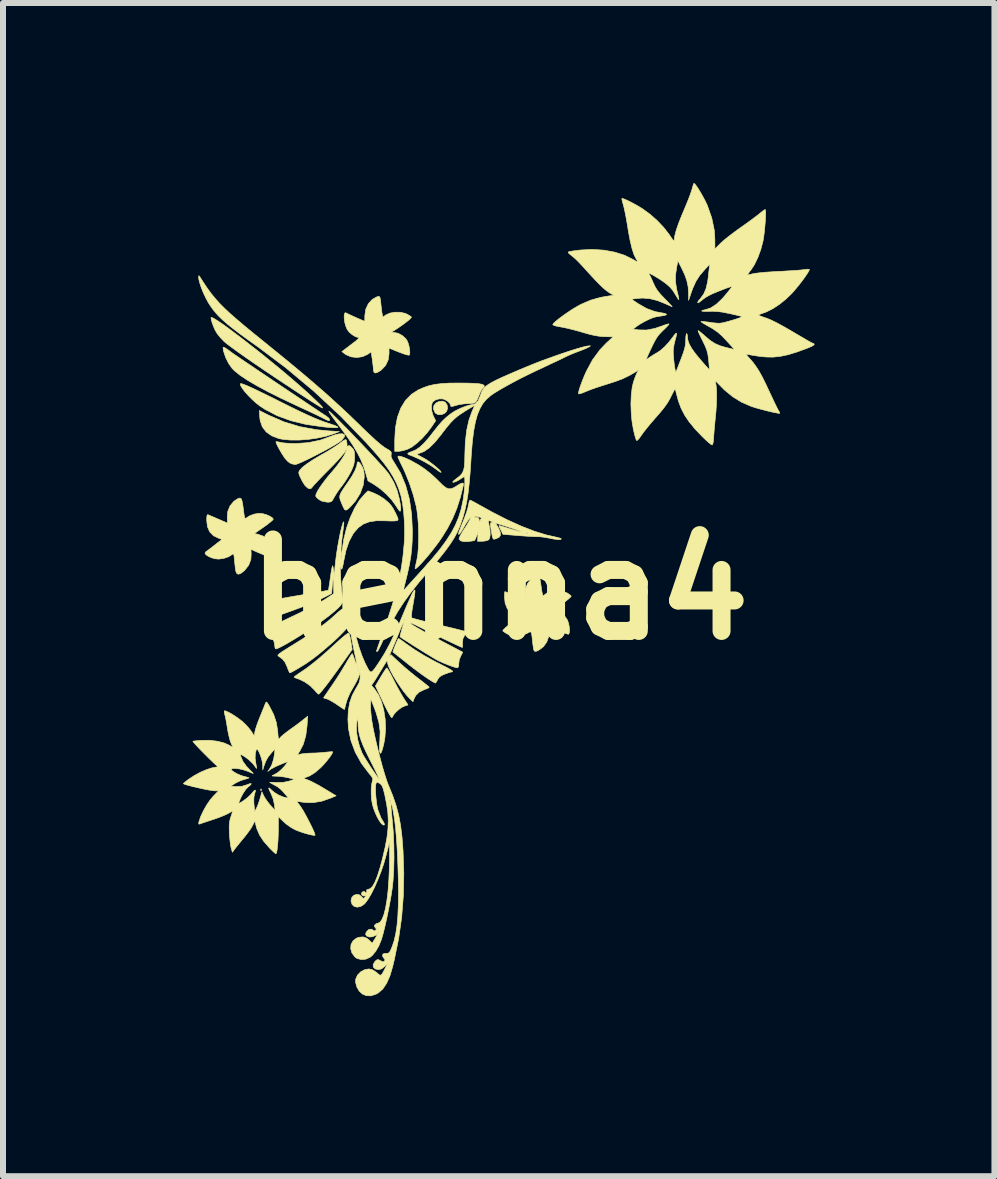
<source format=kicad_pcb>
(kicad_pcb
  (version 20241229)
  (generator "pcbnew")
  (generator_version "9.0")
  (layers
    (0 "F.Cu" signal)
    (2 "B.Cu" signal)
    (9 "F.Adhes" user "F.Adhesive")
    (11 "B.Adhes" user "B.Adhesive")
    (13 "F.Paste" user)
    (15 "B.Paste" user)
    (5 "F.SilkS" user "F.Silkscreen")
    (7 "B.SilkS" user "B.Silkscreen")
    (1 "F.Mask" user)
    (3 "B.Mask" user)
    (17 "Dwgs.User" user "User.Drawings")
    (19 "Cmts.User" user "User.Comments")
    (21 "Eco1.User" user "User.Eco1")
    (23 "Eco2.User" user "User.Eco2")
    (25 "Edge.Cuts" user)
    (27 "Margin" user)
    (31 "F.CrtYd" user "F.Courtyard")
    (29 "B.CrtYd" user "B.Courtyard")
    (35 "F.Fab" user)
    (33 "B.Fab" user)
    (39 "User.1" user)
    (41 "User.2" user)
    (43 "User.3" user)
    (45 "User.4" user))
  (footprint "henna4"
    (layer "F.Cu")
    (at 5.271 6.773)
    (property "Reference" "henna4" (at 0 0 0) (layer "F.SilkS") (effects (font (size 1.524 1.524) (thickness 0.3))))
    (attr through_hole)
    (fp_poly (pts (xy -3.968 3.325) (xy -3.966 3.345) (xy -3.968 3.347) (xy -3.978 3.345) (xy -3.979 3.336) (xy -3.973 3.322) (xy -3.968 3.325)) (stroke (width 0.01) (type solid)) (fill yes) (layer "F.SilkS"))
    (fp_poly (pts (xy -0.901 -3.121) (xy -0.871 -3.075) (xy -0.864 -3.021) (xy -0.878 -2.972) (xy -0.914 -2.935) (xy -0.963 -2.915) (xy -1.015 -2.913) (xy -1.06 -2.934) (xy -1.074 -2.95) (xy -1.099 -3.009) (xy -1.092 -3.065) (xy -1.056 -3.109) (xy -1.016 -3.13) (xy -0.95 -3.14) (xy -0.901 -3.121)) (stroke (width 0.01) (type solid)) (fill yes) (layer "F.SilkS"))
    (fp_poly (pts (xy -3.844 -2.904) (xy -3.592 -2.795) (xy -3.33 -2.715) (xy -3.053 -2.664) (xy -2.859 -2.645) (xy -2.667 -2.632) (xy -2.764 -2.595) (xy -2.89 -2.555) (xy -3.034 -2.524) (xy -3.186 -2.502) (xy -3.338 -2.491) (xy -3.482 -2.491) (xy -3.608 -2.503) (xy -3.675 -2.516) (xy -3.794 -2.562) (xy -3.886 -2.627) (xy -3.95 -2.711) (xy -3.986 -2.814) (xy -3.993 -2.873) (xy -4 -2.983) (xy -3.844 -2.904)) (stroke (width 0.01) (type solid)) (fill yes) (layer "F.SilkS"))
    (fp_poly (pts (xy -2.345 -2.126) (xy -2.317 -2.098) (xy -2.291 -2.056) (xy -2.267 -2.002) (xy -2.255 -1.939) (xy -2.252 -1.876) (xy -2.269 -1.74) (xy -2.318 -1.605) (xy -2.398 -1.476) (xy -2.483 -1.379) (xy -2.526 -1.339) (xy -2.555 -1.323) (xy -2.575 -1.329) (xy -2.585 -1.342) (xy -2.599 -1.369) (xy -2.62 -1.415) (xy -2.636 -1.455) (xy -2.653 -1.497) (xy -2.661 -1.532) (xy -2.659 -1.565) (xy -2.645 -1.604) (xy -2.616 -1.653) (xy -2.572 -1.72) (xy -2.529 -1.781) (xy -2.456 -1.891) (xy -2.405 -1.985) (xy -2.377 -2.059) (xy -2.371 -2.097) (xy -2.364 -2.126) (xy -2.345 -2.126)) (stroke (width 0.01) (type solid)) (fill yes) (layer "F.SilkS"))
    (fp_poly (pts (xy -1.864 1.319) (xy -1.84 1.358) (xy -1.808 1.416) (xy -1.77 1.49) (xy -1.755 1.52) (xy -1.71 1.607) (xy -1.664 1.692) (xy -1.622 1.766) (xy -1.589 1.82) (xy -1.585 1.826) (xy -1.554 1.873) (xy -1.532 1.907) (xy -1.524 1.921) (xy -1.538 1.928) (xy -1.575 1.94) (xy -1.591 1.945) (xy -1.632 1.966) (xy -1.68 2.001) (xy -1.726 2.043) (xy -1.761 2.084) (xy -1.778 2.116) (xy -1.778 2.12) (xy -1.791 2.133) (xy -1.796 2.134) (xy -1.809 2.119) (xy -1.833 2.079) (xy -1.867 2.018) (xy -1.906 1.941) (xy -1.94 1.87) (xy -2.066 1.606) (xy -1.977 1.456) (xy -1.939 1.393) (xy -1.906 1.343) (xy -1.884 1.312) (xy -1.875 1.305) (xy -1.864 1.319)) (stroke (width 0.01) (type solid)) (fill yes) (layer "F.SilkS"))
    (fp_poly (pts (xy -4.264 -3.42) (xy -4.208 -3.398) (xy -4.129 -3.363) (xy -4.026 -3.314) (xy -3.897 -3.251) (xy -3.74 -3.174) (xy -3.658 -3.132) (xy -3.487 -3.047) (xy -3.342 -2.976) (xy -3.218 -2.918) (xy -3.109 -2.869) (xy -3.013 -2.829) (xy -2.924 -2.795) (xy -2.837 -2.766) (xy -2.815 -2.759) (xy -2.742 -2.734) (xy -2.701 -2.715) (xy -2.69 -2.703) (xy -2.712 -2.697) (xy -2.766 -2.697) (xy -2.853 -2.703) (xy -2.946 -2.712) (xy -3.223 -2.752) (xy -3.476 -2.814) (xy -3.703 -2.897) (xy -3.905 -3.002) (xy -3.99 -3.058) (xy -4.054 -3.108) (xy -4.119 -3.167) (xy -4.181 -3.229) (xy -4.237 -3.291) (xy -4.28 -3.347) (xy -4.309 -3.393) (xy -4.317 -3.423) (xy -4.314 -3.43) (xy -4.299 -3.431) (xy -4.264 -3.42)) (stroke (width 0.01) (type solid)) (fill yes) (layer "F.SilkS"))
    (fp_poly (pts (xy -2.507 0.727) (xy -2.497 0.754) (xy -2.486 0.804) (xy -2.474 0.867) (xy -2.473 0.873) (xy -2.453 0.998) (xy -2.618 1.231) (xy -2.702 1.349) (xy -2.781 1.457) (xy -2.851 1.552) (xy -2.912 1.631) (xy -2.961 1.692) (xy -2.995 1.73) (xy -3.012 1.744) (xy -3.012 1.744) (xy -3.029 1.732) (xy -3.059 1.701) (xy -3.081 1.675) (xy -3.154 1.602) (xy -3.245 1.538) (xy -3.338 1.493) (xy -3.357 1.487) (xy -3.397 1.473) (xy -3.419 1.46) (xy -3.42 1.458) (xy -3.407 1.444) (xy -3.372 1.419) (xy -3.323 1.385) (xy -3.315 1.38) (xy -3.219 1.315) (xy -3.118 1.238) (xy -3.006 1.147) (xy -2.881 1.038) (xy -2.746 0.915) (xy -2.657 0.834) (xy -2.59 0.776) (xy -2.543 0.741) (xy -2.516 0.726) (xy -2.507 0.727)) (stroke (width 0.01) (type solid)) (fill yes) (layer "F.SilkS"))
    (fp_poly (pts (xy -2.584 -2.582) (xy -2.578 -2.57) (xy -2.586 -2.54) (xy -2.618 -2.499) (xy -2.636 -2.481) (xy -2.671 -2.455) (xy -2.729 -2.418) (xy -2.805 -2.374) (xy -2.893 -2.325) (xy -2.989 -2.275) (xy -3.085 -2.225) (xy -3.178 -2.178) (xy -3.262 -2.138) (xy -3.332 -2.107) (xy -3.382 -2.088) (xy -3.404 -2.084) (xy -3.45 -2.092) (xy -3.492 -2.109) (xy -3.529 -2.138) (xy -3.57 -2.183) (xy -3.586 -2.206) (xy -3.624 -2.264) (xy -3.66 -2.326) (xy -3.692 -2.384) (xy -3.714 -2.431) (xy -3.724 -2.459) (xy -3.723 -2.463) (xy -3.703 -2.464) (xy -3.664 -2.456) (xy -3.648 -2.452) (xy -3.603 -2.444) (xy -3.535 -2.438) (xy -3.454 -2.434) (xy -3.395 -2.433) (xy -3.182 -2.448) (xy -2.982 -2.49) (xy -2.82 -2.549) (xy -2.741 -2.578) (xy -2.671 -2.594) (xy -2.617 -2.596) (xy -2.584 -2.582)) (stroke (width 0.01) (type solid)) (fill yes) (layer "F.SilkS"))
    (fp_poly (pts (xy -1.669 0.821) (xy -1.633 0.845) (xy -1.583 0.881) (xy -1.554 0.903) (xy -1.418 0.998) (xy -1.257 1.098) (xy -1.077 1.197) (xy -0.951 1.261) (xy -0.863 1.306) (xy -0.806 1.339) (xy -0.779 1.36) (xy -0.784 1.371) (xy -0.795 1.372) (xy -0.819 1.377) (xy -0.863 1.392) (xy -0.906 1.407) (xy -0.967 1.434) (xy -1.004 1.462) (xy -1.029 1.5) (xy -1.049 1.537) (xy -1.065 1.557) (xy -1.068 1.558) (xy -1.086 1.549) (xy -1.126 1.526) (xy -1.179 1.493) (xy -1.204 1.476) (xy -1.262 1.436) (xy -1.338 1.381) (xy -1.424 1.317) (xy -1.512 1.249) (xy -1.549 1.219) (xy -1.623 1.16) (xy -1.687 1.11) (xy -1.736 1.07) (xy -1.767 1.046) (xy -1.775 1.04) (xy -1.771 1.024) (xy -1.758 0.988) (xy -1.739 0.939) (xy -1.718 0.888) (xy -1.699 0.844) (xy -1.686 0.818) (xy -1.684 0.815) (xy -1.669 0.821)) (stroke (width 0.01) (type solid)) (fill yes) (layer "F.SilkS"))
    (fp_poly (pts (xy -2.827 -2.963) (xy -2.793 -2.933) (xy -2.742 -2.883) (xy -2.677 -2.818) (xy -2.6 -2.74) (xy -2.514 -2.653) (xy -2.424 -2.559) (xy -2.33 -2.461) (xy -2.237 -2.363) (xy -2.148 -2.268) (xy -2.064 -2.178) (xy -1.99 -2.097) (xy -1.927 -2.028) (xy -1.88 -1.973) (xy -1.85 -1.937) (xy -1.846 -1.931) (xy -1.763 -1.793) (xy -1.705 -1.655) (xy -1.669 -1.518) (xy -1.651 -1.42) (xy -1.643 -1.351) (xy -1.647 -1.312) (xy -1.656 -1.304) (xy -1.67 -1.317) (xy -1.696 -1.352) (xy -1.723 -1.395) (xy -1.792 -1.491) (xy -1.882 -1.588) (xy -1.983 -1.677) (xy -2.084 -1.748) (xy -2.084 -1.748) (xy -2.19 -1.811) (xy -2.23 -1.95) (xy -2.266 -2.059) (xy -2.31 -2.166) (xy -2.365 -2.275) (xy -2.433 -2.391) (xy -2.518 -2.519) (xy -2.622 -2.663) (xy -2.698 -2.764) (xy -2.751 -2.835) (xy -2.795 -2.895) (xy -2.826 -2.941) (xy -2.841 -2.968) (xy -2.841 -2.972) (xy -2.827 -2.963)) (stroke (width 0.01) (type solid)) (fill yes) (layer "F.SilkS"))
    (fp_poly (pts (xy -4.565 -4.023) (xy -4.518 -3.991) (xy -4.47 -3.956) (xy -4.443 -3.936) (xy -4.391 -3.901) (xy -4.317 -3.85) (xy -4.225 -3.788) (xy -4.118 -3.716) (xy -3.999 -3.635) (xy -3.872 -3.55) (xy -3.739 -3.46) (xy -3.605 -3.37) (xy -3.472 -3.281) (xy -3.343 -3.195) (xy -3.223 -3.114) (xy -3.113 -3.041) (xy -3.019 -2.978) (xy -2.942 -2.927) (xy -2.886 -2.89) (xy -2.884 -2.889) (xy -2.848 -2.861) (xy -2.829 -2.836) (xy -2.829 -2.832) (xy -2.831 -2.817) (xy -2.845 -2.814) (xy -2.875 -2.825) (xy -2.928 -2.851) (xy -2.938 -2.857) (xy -2.978 -2.876) (xy -3.043 -2.908) (xy -3.127 -2.948) (xy -3.226 -2.994) (xy -3.332 -3.043) (xy -3.387 -3.069) (xy -3.638 -3.187) (xy -3.858 -3.297) (xy -4.045 -3.398) (xy -4.201 -3.49) (xy -4.323 -3.572) (xy -4.414 -3.645) (xy -4.452 -3.683) (xy -4.512 -3.768) (xy -4.562 -3.868) (xy -4.595 -3.968) (xy -4.599 -3.986) (xy -4.604 -4.019) (xy -4.603 -4.036) (xy -4.592 -4.038) (xy -4.565 -4.023)) (stroke (width 0.01) (type solid)) (fill yes) (layer "F.SilkS"))
    (fp_poly (pts (xy -2.585 0.337) (xy -2.572 0.377) (xy -2.56 0.445) (xy -2.557 0.465) (xy -2.546 0.529) (xy -2.536 0.581) (xy -2.53 0.612) (xy -2.53 0.612) (xy -2.539 0.635) (xy -2.571 0.676) (xy -2.622 0.73) (xy -2.688 0.796) (xy -2.765 0.868) (xy -2.851 0.943) (xy -2.94 1.019) (xy -3.029 1.092) (xy -3.115 1.158) (xy -3.193 1.213) (xy -3.198 1.217) (xy -3.254 1.253) (xy -3.317 1.292) (xy -3.379 1.329) (xy -3.434 1.36) (xy -3.475 1.382) (xy -3.492 1.389) (xy -3.502 1.374) (xy -3.519 1.336) (xy -3.537 1.288) (xy -3.571 1.213) (xy -3.614 1.159) (xy -3.676 1.113) (xy -3.684 1.108) (xy -3.691 1.099) (xy -3.686 1.086) (xy -3.664 1.066) (xy -3.622 1.036) (xy -3.558 0.995) (xy -3.47 0.94) (xy -3.299 0.834) (xy -3.155 0.741) (xy -3.032 0.657) (xy -2.928 0.582) (xy -2.838 0.511) (xy -2.759 0.442) (xy -2.746 0.43) (xy -2.68 0.37) (xy -2.635 0.334) (xy -2.605 0.322) (xy -2.585 0.337)) (stroke (width 0.01) (type solid)) (fill yes) (layer "F.SilkS"))
    (fp_poly (pts (xy -4.783 -4.53) (xy -4.74 -4.507) (xy -4.676 -4.466) (xy -4.594 -4.41) (xy -4.497 -4.339) (xy -4.388 -4.257) (xy -4.268 -4.166) (xy -4.141 -4.067) (xy -4.008 -3.963) (xy -3.874 -3.855) (xy -3.74 -3.746) (xy -3.609 -3.638) (xy -3.484 -3.532) (xy -3.367 -3.431) (xy -3.26 -3.337) (xy -3.2 -3.283) (xy -3.11 -3.199) (xy -3.043 -3.136) (xy -2.996 -3.09) (xy -2.966 -3.058) (xy -2.95 -3.038) (xy -2.947 -3.026) (xy -2.948 -3.024) (xy -2.963 -3.031) (xy -3.003 -3.055) (xy -3.064 -3.093) (xy -3.143 -3.143) (xy -3.236 -3.203) (xy -3.339 -3.27) (xy -3.371 -3.291) (xy -3.571 -3.423) (xy -3.759 -3.548) (xy -3.934 -3.666) (xy -4.093 -3.774) (xy -4.234 -3.872) (xy -4.356 -3.958) (xy -4.456 -4.031) (xy -4.532 -4.088) (xy -4.583 -4.129) (xy -4.592 -4.138) (xy -4.642 -4.19) (xy -4.688 -4.245) (xy -4.712 -4.279) (xy -4.739 -4.327) (xy -4.764 -4.385) (xy -4.786 -4.444) (xy -4.8 -4.494) (xy -4.805 -4.527) (xy -4.802 -4.534) (xy -4.783 -4.53)) (stroke (width 0.01) (type solid)) (fill yes) (layer "F.SilkS"))
    (fp_poly (pts (xy -1.639 -2.218) (xy -1.582 -2.198) (xy -1.51 -2.166) (xy -1.43 -2.124) (xy -1.344 -2.075) (xy -1.276 -2.031) (xy -1.204 -1.978) (xy -1.122 -1.91) (xy -1.045 -1.839) (xy -1.015 -1.809) (xy -0.947 -1.741) (xy -0.893 -1.698) (xy -0.847 -1.679) (xy -0.803 -1.68) (xy -0.753 -1.701) (xy -0.711 -1.727) (xy -0.652 -1.763) (xy -0.615 -1.776) (xy -0.599 -1.767) (xy -0.6 -1.74) (xy -0.651 -1.535) (xy -0.709 -1.353) (xy -0.779 -1.185) (xy -0.865 -1.019) (xy -0.956 -0.872) (xy -1.003 -0.803) (xy -1.058 -0.728) (xy -1.119 -0.65) (xy -1.181 -0.573) (xy -1.242 -0.502) (xy -1.298 -0.44) (xy -1.345 -0.391) (xy -1.381 -0.358) (xy -1.402 -0.346) (xy -1.405 -0.351) (xy -1.402 -0.376) (xy -1.391 -0.424) (xy -1.377 -0.484) (xy -1.377 -0.486) (xy -1.361 -0.574) (xy -1.351 -0.687) (xy -1.346 -0.817) (xy -1.346 -0.956) (xy -1.351 -1.094) (xy -1.362 -1.225) (xy -1.377 -1.339) (xy -1.385 -1.383) (xy -1.435 -1.578) (xy -1.501 -1.777) (xy -1.578 -1.966) (xy -1.618 -2.052) (xy -1.65 -2.116) (xy -1.675 -2.17) (xy -1.69 -2.205) (xy -1.693 -2.214) (xy -1.678 -2.224) (xy -1.639 -2.218)) (stroke (width 0.01) (type solid)) (fill yes) (layer "F.SilkS"))
    (fp_poly (pts (xy -0.539 -3.44) (xy -0.426 -3.436) (xy -0.343 -3.43) (xy -0.287 -3.419) (xy -0.258 -3.405) (xy -0.251 -3.387) (xy -0.267 -3.364) (xy -0.279 -3.353) (xy -0.298 -3.327) (xy -0.322 -3.28) (xy -0.339 -3.237) (xy -0.366 -3.171) (xy -0.389 -3.13) (xy -0.418 -3.108) (xy -0.46 -3.1) (xy -0.516 -3.099) (xy -0.59 -3.094) (xy -0.665 -3.083) (xy -0.704 -3.074) (xy -0.762 -3.057) (xy -0.794 -3.05) (xy -0.809 -3.053) (xy -0.813 -3.066) (xy -0.813 -3.07) (xy -0.827 -3.103) (xy -0.863 -3.138) (xy -0.911 -3.166) (xy -0.945 -3.177) (xy -1.005 -3.177) (xy -1.064 -3.16) (xy -1.108 -3.129) (xy -1.118 -3.115) (xy -1.133 -3.057) (xy -1.129 -2.984) (xy -1.108 -2.908) (xy -1.098 -2.886) (xy -1.062 -2.813) (xy -1.128 -2.714) (xy -1.204 -2.613) (xy -1.288 -2.519) (xy -1.376 -2.438) (xy -1.459 -2.375) (xy -1.529 -2.339) (xy -1.592 -2.319) (xy -1.653 -2.306) (xy -1.686 -2.303) (xy -1.744 -2.303) (xy -1.744 -2.49) (xy -1.733 -2.693) (xy -1.699 -2.871) (xy -1.643 -3.024) (xy -1.565 -3.152) (xy -1.465 -3.254) (xy -1.35 -3.327) (xy -1.259 -3.367) (xy -1.168 -3.398) (xy -1.071 -3.419) (xy -0.96 -3.432) (xy -0.828 -3.44) (xy -0.684 -3.441) (xy -0.539 -3.44)) (stroke (width 0.01) (type solid)) (fill yes) (layer "F.SilkS"))
    (fp_poly (pts (xy -2.546 -2.475) (xy -2.54 -2.434) (xy -2.54 -2.425) (xy -2.537 -2.387) (xy -2.53 -2.38) (xy -2.523 -2.388) (xy -2.509 -2.4) (xy -2.489 -2.393) (xy -2.46 -2.366) (xy -2.434 -2.337) (xy -2.42 -2.306) (xy -2.414 -2.263) (xy -2.413 -2.205) (xy -2.416 -2.139) (xy -2.426 -2.082) (xy -2.448 -2.022) (xy -2.474 -1.964) (xy -2.518 -1.885) (xy -2.572 -1.799) (xy -2.624 -1.727) (xy -2.673 -1.663) (xy -2.718 -1.597) (xy -2.751 -1.542) (xy -2.754 -1.537) (xy -2.779 -1.49) (xy -2.801 -1.466) (xy -2.831 -1.457) (xy -2.868 -1.456) (xy -2.955 -1.472) (xy -2.999 -1.495) (xy -3.036 -1.525) (xy -3.059 -1.553) (xy -3.061 -1.559) (xy -3.054 -1.592) (xy -3.028 -1.645) (xy -2.985 -1.713) (xy -2.928 -1.792) (xy -2.862 -1.877) (xy -2.802 -1.947) (xy -2.711 -2.056) (xy -2.638 -2.155) (xy -2.584 -2.24) (xy -2.553 -2.307) (xy -2.549 -2.32) (xy -2.549 -2.335) (xy -2.561 -2.32) (xy -2.575 -2.294) (xy -2.599 -2.261) (xy -2.643 -2.209) (xy -2.701 -2.144) (xy -2.77 -2.071) (xy -2.834 -2.006) (xy -2.909 -1.931) (xy -2.977 -1.861) (xy -3.036 -1.799) (xy -3.08 -1.752) (xy -3.102 -1.727) (xy -3.131 -1.691) (xy -3.152 -1.678) (xy -3.177 -1.684) (xy -3.195 -1.693) (xy -3.237 -1.731) (xy -3.282 -1.8) (xy -3.298 -1.833) (xy -3.327 -1.892) (xy -3.341 -1.93) (xy -3.342 -1.956) (xy -3.334 -1.977) (xy -3.329 -1.985) (xy -3.284 -2.035) (xy -3.207 -2.095) (xy -3.099 -2.167) (xy -2.96 -2.249) (xy -2.937 -2.261) (xy -2.854 -2.309) (xy -2.774 -2.359) (xy -2.705 -2.404) (xy -2.657 -2.439) (xy -2.654 -2.441) (xy -2.61 -2.475) (xy -2.574 -2.495) (xy -2.557 -2.498) (xy -2.546 -2.475)) (stroke (width 0.01) (type solid)) (fill yes) (layer "F.SilkS"))
    (fp_poly (pts (xy 0.65 -0.235) (xy 0.667 -0.205) (xy 0.681 -0.147) (xy 0.694 -0.061) (xy 0.705 0.019) (xy 0.715 0.07) (xy 0.723 0.097) (xy 0.731 0.105) (xy 0.742 0.097) (xy 0.745 0.093) (xy 0.799 0.052) (xy 0.874 0.026) (xy 0.959 0.017) (xy 1.044 0.026) (xy 1.121 0.053) (xy 1.125 0.055) (xy 1.166 0.082) (xy 1.192 0.104) (xy 1.196 0.11) (xy 1.185 0.126) (xy 1.152 0.156) (xy 1.105 0.194) (xy 1.049 0.235) (xy 0.991 0.275) (xy 0.938 0.308) (xy 0.917 0.32) (xy 0.873 0.344) (xy 0.945 0.365) (xy 1.029 0.397) (xy 1.088 0.441) (xy 1.129 0.501) (xy 1.136 0.514) (xy 1.153 0.566) (xy 1.164 0.624) (xy 1.168 0.679) (xy 1.164 0.722) (xy 1.152 0.744) (xy 1.147 0.745) (xy 1.123 0.738) (xy 1.076 0.721) (xy 1.014 0.697) (xy 0.972 0.68) (xy 0.818 0.616) (xy 0.826 0.687) (xy 0.821 0.783) (xy 0.789 0.874) (xy 0.733 0.952) (xy 0.659 1.008) (xy 0.613 1.029) (xy 0.587 1.028) (xy 0.573 1.007) (xy 0.57 0.995) (xy 0.564 0.958) (xy 0.556 0.901) (xy 0.55 0.847) (xy 0.542 0.773) (xy 0.535 0.727) (xy 0.524 0.707) (xy 0.506 0.706) (xy 0.479 0.72) (xy 0.465 0.728) (xy 0.379 0.764) (xy 0.282 0.775) (xy 0.188 0.762) (xy 0.136 0.742) (xy 0.092 0.716) (xy 0.062 0.694) (xy 0.056 0.686) (xy 0.066 0.669) (xy 0.099 0.637) (xy 0.148 0.595) (xy 0.194 0.559) (xy 0.337 0.451) (xy 0.277 0.43) (xy 0.191 0.385) (xy 0.13 0.317) (xy 0.095 0.226) (xy 0.085 0.128) (xy 0.086 0.076) (xy 0.088 0.042) (xy 0.091 0.034) (xy 0.108 0.04) (xy 0.15 0.057) (xy 0.209 0.082) (xy 0.265 0.107) (xy 0.432 0.179) (xy 0.426 0.091) (xy 0.434 -0.009) (xy 0.468 -0.1) (xy 0.525 -0.174) (xy 0.544 -0.191) (xy 0.592 -0.225) (xy 0.627 -0.241) (xy 0.65 -0.235)) (stroke (width 0.01) (type solid)) (fill yes) (layer "F.SilkS"))
    (fp_poly (pts (xy -2.001 -4.883) (xy -1.99 -4.866) (xy -1.982 -4.828) (xy -1.975 -4.763) (xy -1.973 -4.741) (xy -1.965 -4.676) (xy -1.958 -4.617) (xy -1.952 -4.585) (xy -1.943 -4.539) (xy -1.891 -4.576) (xy -1.825 -4.606) (xy -1.741 -4.621) (xy -1.652 -4.62) (xy -1.571 -4.602) (xy -1.545 -4.591) (xy -1.501 -4.566) (xy -1.471 -4.546) (xy -1.466 -4.54) (xy -1.475 -4.524) (xy -1.506 -4.493) (xy -1.557 -4.453) (xy -1.62 -4.406) (xy -1.691 -4.357) (xy -1.744 -4.323) (xy -1.803 -4.285) (xy -1.753 -4.284) (xy -1.685 -4.269) (xy -1.616 -4.231) (xy -1.559 -4.179) (xy -1.538 -4.147) (xy -1.517 -4.096) (xy -1.502 -4.036) (xy -1.494 -3.978) (xy -1.493 -3.931) (xy -1.502 -3.906) (xy -1.503 -3.905) (xy -1.525 -3.907) (xy -1.571 -3.919) (xy -1.633 -3.941) (xy -1.681 -3.959) (xy -1.84 -4.023) (xy -1.839 -3.929) (xy -1.854 -3.824) (xy -1.898 -3.732) (xy -1.969 -3.658) (xy -1.981 -3.649) (xy -2.032 -3.618) (xy -2.065 -3.608) (xy -2.087 -3.617) (xy -2.088 -3.618) (xy -2.097 -3.642) (xy -2.1 -3.668) (xy -2.102 -3.704) (xy -2.109 -3.761) (xy -2.118 -3.828) (xy -2.118 -3.833) (xy -2.137 -3.959) (xy -2.196 -3.919) (xy -2.281 -3.88) (xy -2.377 -3.866) (xy -2.473 -3.878) (xy -2.559 -3.915) (xy -2.58 -3.93) (xy -2.624 -3.965) (xy -2.548 -4.023) (xy -2.488 -4.069) (xy -2.421 -4.12) (xy -2.395 -4.14) (xy -2.355 -4.174) (xy -2.34 -4.194) (xy -2.346 -4.199) (xy -2.395 -4.212) (xy -2.451 -4.245) (xy -2.503 -4.289) (xy -2.536 -4.333) (xy -2.558 -4.385) (xy -2.575 -4.443) (xy -2.584 -4.503) (xy -2.587 -4.555) (xy -2.582 -4.594) (xy -2.569 -4.613) (xy -2.551 -4.608) (xy -2.531 -4.597) (xy -2.489 -4.577) (xy -2.434 -4.552) (xy -2.374 -4.525) (xy -2.317 -4.5) (xy -2.271 -4.48) (xy -2.246 -4.471) (xy -2.244 -4.47) (xy -2.243 -4.486) (xy -2.243 -4.526) (xy -2.242 -4.568) (xy -2.226 -4.672) (xy -2.184 -4.762) (xy -2.12 -4.833) (xy -2.044 -4.876) (xy -2.018 -4.884) (xy -2.001 -4.883)) (stroke (width 0.01) (type solid)) (fill yes) (layer "F.SilkS"))
    (fp_poly (pts (xy -4.304 -1.515) (xy -4.289 -1.48) (xy -4.277 -1.418) (xy -4.267 -1.346) (xy -4.257 -1.267) (xy -4.249 -1.217) (xy -4.241 -1.191) (xy -4.232 -1.184) (xy -4.22 -1.191) (xy -4.217 -1.193) (xy -4.159 -1.23) (xy -4.082 -1.258) (xy -4.002 -1.27) (xy -3.992 -1.27) (xy -3.939 -1.263) (xy -3.881 -1.247) (xy -3.827 -1.223) (xy -3.786 -1.198) (xy -3.768 -1.175) (xy -3.768 -1.173) (xy -3.781 -1.155) (xy -3.817 -1.124) (xy -3.869 -1.083) (xy -3.926 -1.042) (xy -4.084 -0.933) (xy -4.025 -0.922) (xy -3.934 -0.89) (xy -3.864 -0.834) (xy -3.826 -0.774) (xy -3.81 -0.725) (xy -3.798 -0.669) (xy -3.793 -0.612) (xy -3.794 -0.565) (xy -3.802 -0.536) (xy -3.814 -0.531) (xy -3.839 -0.541) (xy -3.886 -0.561) (xy -3.946 -0.586) (xy -3.957 -0.591) (xy -4.02 -0.617) (xy -4.074 -0.641) (xy -4.109 -0.657) (xy -4.112 -0.659) (xy -4.131 -0.667) (xy -4.139 -0.658) (xy -4.138 -0.625) (xy -4.136 -0.6) (xy -4.141 -0.502) (xy -4.177 -0.407) (xy -4.241 -0.324) (xy -4.251 -0.314) (xy -4.308 -0.27) (xy -4.35 -0.255) (xy -4.377 -0.27) (xy -4.393 -0.309) (xy -4.4 -0.354) (xy -4.407 -0.419) (xy -4.414 -0.487) (xy -4.42 -0.55) (xy -4.426 -0.584) (xy -4.435 -0.595) (xy -4.447 -0.59) (xy -4.452 -0.585) (xy -4.512 -0.547) (xy -4.591 -0.52) (xy -4.673 -0.508) (xy -4.682 -0.508) (xy -4.74 -0.514) (xy -4.797 -0.53) (xy -4.848 -0.553) (xy -4.886 -0.578) (xy -4.905 -0.603) (xy -4.898 -0.624) (xy -4.895 -0.626) (xy -4.873 -0.642) (xy -4.832 -0.673) (xy -4.778 -0.714) (xy -4.748 -0.738) (xy -4.621 -0.837) (xy -4.678 -0.855) (xy -4.765 -0.897) (xy -4.828 -0.962) (xy -4.865 -1.049) (xy -4.877 -1.157) (xy -4.875 -1.215) (xy -4.868 -1.244) (xy -4.856 -1.248) (xy -4.832 -1.237) (xy -4.785 -1.217) (xy -4.722 -1.19) (xy -4.682 -1.173) (xy -4.53 -1.107) (xy -4.535 -1.201) (xy -4.526 -1.301) (xy -4.489 -1.392) (xy -4.429 -1.466) (xy -4.403 -1.486) (xy -4.358 -1.514) (xy -4.326 -1.525) (xy -4.304 -1.515)) (stroke (width 0.01) (type solid)) (fill yes) (layer "F.SilkS"))
    (fp_poly (pts (xy -0.469 -1.482) (xy -0.428 -1.461) (xy -0.378 -1.433) (xy -0.117 -1.288) (xy 0.131 -1.162) (xy 0.365 -1.056) (xy 0.582 -0.972) (xy 0.779 -0.911) (xy 0.92 -0.879) (xy 0.977 -0.866) (xy 1.017 -0.854) (xy 1.033 -0.844) (xy 1.033 -0.844) (xy 1.017 -0.832) (xy 0.97 -0.832) (xy 0.891 -0.844) (xy 0.827 -0.857) (xy 0.755 -0.87) (xy 0.686 -0.879) (xy 0.635 -0.881) (xy 0.594 -0.882) (xy 0.527 -0.885) (xy 0.443 -0.89) (xy 0.349 -0.897) (xy 0.313 -0.9) (xy 0.059 -0.92) (xy 0.048 -0.943) (xy 0.446 -0.943) (xy 0.448 -0.933) (xy 0.457 -0.931) (xy 0.471 -0.938) (xy 0.468 -0.943) (xy 0.448 -0.945) (xy 0.446 -0.943) (xy 0.048 -0.943) (xy 0.022 -0.994) (xy 0.002 -1.036) (xy -0.007 -1.062) (xy -0.005 -1.067) (xy 0.014 -1.062) (xy 0.059 -1.049) (xy 0.12 -1.03) (xy 0.159 -1.018) (xy 0.234 -0.995) (xy 0.304 -0.975) (xy 0.357 -0.962) (xy 0.373 -0.958) (xy 0.378 -0.96) (xy 0.355 -0.97) (xy 0.307 -0.988) (xy 0.239 -1.011) (xy 0.178 -1.032) (xy 0.092 -1.06) (xy 0.017 -1.083) (xy -0.041 -1.1) (xy -0.075 -1.108) (xy -0.083 -1.108) (xy -0.077 -1.101) (xy -0.07 -1.101) (xy -0.052 -1.086) (xy -0.028 -1.05) (xy -0.009 -1.013) (xy 0.016 -0.948) (xy 0.017 -0.902) (xy -0.006 -0.871) (xy -0.051 -0.849) (xy -0.079 -0.84) (xy -0.098 -0.84) (xy -0.11 -0.856) (xy -0.12 -0.892) (xy -0.132 -0.955) (xy -0.135 -0.973) (xy -0.146 -1.042) (xy -0.151 -1.085) (xy -0.148 -1.108) (xy -0.136 -1.117) (xy -0.123 -1.119) (xy -0.109 -1.122) (xy -0.126 -1.133) (xy -0.134 -1.136) (xy -0.166 -1.146) (xy -0.181 -1.146) (xy -0.181 -1.127) (xy -0.175 -1.087) (xy -0.17 -1.065) (xy -0.156 -0.978) (xy -0.154 -0.905) (xy -0.164 -0.851) (xy -0.179 -0.829) (xy -0.212 -0.815) (xy -0.262 -0.806) (xy -0.285 -0.805) (xy -0.364 -0.804) (xy -0.36 -0.881) (xy -0.356 -0.957) (xy -0.38 -0.892) (xy -0.397 -0.849) (xy -0.41 -0.822) (xy -0.412 -0.819) (xy -0.432 -0.813) (xy -0.476 -0.806) (xy -0.519 -0.801) (xy -0.591 -0.799) (xy -0.636 -0.809) (xy -0.65 -0.817) (xy -0.669 -0.834) (xy -0.672 -0.853) (xy -0.658 -0.886) (xy -0.652 -0.899) (xy -0.623 -0.95) (xy -0.587 -1.008) (xy -0.581 -1.016) (xy -0.353 -1.016) (xy -0.35 -0.992) (xy -0.344 -0.995) (xy -0.342 -1.03) (xy -0.344 -1.037) (xy -0.351 -1.039) (xy -0.353 -1.016) (xy -0.581 -1.016) (xy -0.576 -1.024) (xy -0.54 -1.08) (xy -0.508 -1.137) (xy -0.5 -1.151) (xy -0.484 -1.188) (xy -0.482 -1.2) (xy -0.494 -1.191) (xy -0.515 -1.164) (xy -0.542 -1.124) (xy -0.573 -1.073) (xy -0.591 -1.04) (xy -0.628 -0.977) (xy -0.657 -0.935) (xy -0.676 -0.918) (xy -0.683 -0.925) (xy -0.675 -0.959) (xy -0.662 -0.993) (xy -0.64 -1.05) (xy -0.61 -1.123) (xy -0.58 -1.198) (xy -0.577 -1.206) (xy -0.575 -1.213) (xy -0.418 -1.213) (xy -0.412 -1.205) (xy -0.384 -1.202) (xy -0.352 -1.198) (xy -0.339 -1.176) (xy -0.336 -1.147) (xy -0.334 -1.114) (xy -0.331 -1.113) (xy -0.326 -1.135) (xy -0.314 -1.171) (xy -0.3 -1.188) (xy -0.303 -1.198) (xy -0.331 -1.208) (xy -0.345 -1.211) (xy -0.388 -1.217) (xy -0.416 -1.214) (xy -0.418 -1.213) (xy -0.575 -1.213) (xy -0.55 -1.279) (xy -0.528 -1.351) (xy -0.515 -1.407) (xy -0.514 -1.414) (xy -0.505 -1.459) (xy -0.494 -1.487) (xy -0.49 -1.49) (xy -0.469 -1.482)) (stroke (width 0.01) (type solid)) (fill yes) (layer "F.SilkS"))
    (fp_poly (pts (xy -2.094 -1.608) (xy -2.007 -1.566) (xy -1.919 -1.509) (xy -1.843 -1.444) (xy -1.797 -1.391) (xy -1.769 -1.347) (xy -1.737 -1.287) (xy -1.719 -1.25) (xy -1.696 -1.199) (xy -1.688 -1.171) (xy -1.693 -1.156) (xy -1.706 -1.148) (xy -1.735 -1.144) (xy -1.789 -1.142) (xy -1.859 -1.144) (xy -1.906 -1.146) (xy -2.049 -1.147) (xy -2.167 -1.129) (xy -2.266 -1.092) (xy -2.349 -1.033) (xy -2.422 -0.95) (xy -2.439 -0.926) (xy -2.504 -0.804) (xy -2.556 -0.654) (xy -2.593 -0.478) (xy -2.593 -0.477) (xy -2.605 -0.414) (xy -2.616 -0.366) (xy -2.625 -0.341) (xy -2.628 -0.339) (xy -2.636 -0.354) (xy -2.644 -0.392) (xy -2.647 -0.419) (xy -2.649 -0.433) (xy -2.65 -0.417) (xy -2.65 -0.374) (xy -2.649 -0.308) (xy -2.648 -0.279) (xy -2.644 -0.181) (xy -2.637 -0.08) (xy -2.629 0.01) (xy -2.622 0.072) (xy -2.613 0.137) (xy -2.612 0.186) (xy -2.623 0.227) (xy -2.648 0.267) (xy -2.691 0.312) (xy -2.756 0.369) (xy -2.787 0.395) (xy -2.853 0.448) (xy -2.935 0.509) (xy -3.028 0.575) (xy -3.129 0.643) (xy -3.233 0.711) (xy -3.337 0.778) (xy -3.437 0.839) (xy -3.528 0.893) (xy -3.607 0.937) (xy -3.67 0.969) (xy -3.713 0.987) (xy -3.731 0.988) (xy -3.74 0.964) (xy -3.743 0.933) (xy -3.754 0.873) (xy -3.782 0.805) (xy -3.821 0.743) (xy -3.851 0.709) (xy -3.879 0.683) (xy -3.883 0.667) (xy -3.865 0.651) (xy -3.862 0.649) (xy -3.838 0.636) (xy -3.788 0.61) (xy -3.717 0.575) (xy -3.628 0.532) (xy -3.527 0.484) (xy -3.443 0.444) (xy -3.326 0.388) (xy -3.211 0.33) (xy -3.104 0.275) (xy -3.01 0.225) (xy -2.938 0.183) (xy -2.908 0.165) (xy -2.76 0.068) (xy -2.762 -0.072) (xy -2.764 -0.14) (xy -2.766 -0.176) (xy -2.77 -0.179) (xy -2.775 -0.149) (xy -2.782 -0.086) (xy -2.786 -0.048) (xy -2.796 0.065) (xy -2.909 0.124) (xy -3.014 0.176) (xy -3.137 0.23) (xy -3.28 0.287) (xy -3.449 0.35) (xy -3.611 0.408) (xy -3.716 0.444) (xy -3.792 0.469) (xy -3.844 0.483) (xy -3.874 0.489) (xy -3.887 0.486) (xy -3.886 0.478) (xy -3.867 0.398) (xy -3.869 0.319) (xy -3.884 0.269) (xy -3.899 0.23) (xy -3.901 0.204) (xy -3.899 0.201) (xy -3.88 0.195) (xy -3.831 0.185) (xy -3.758 0.171) (xy -3.663 0.153) (xy -3.551 0.134) (xy -3.428 0.112) (xy -3.371 0.103) (xy -3.243 0.081) (xy -3.127 0.061) (xy -3.025 0.044) (xy -2.943 0.029) (xy -2.885 0.018) (xy -2.854 0.012) (xy -2.85 0.011) (xy -2.845 -0.007) (xy -2.838 -0.053) (xy -2.828 -0.118) (xy -2.817 -0.197) (xy -2.816 -0.201) (xy -2.805 -0.279) (xy -2.794 -0.341) (xy -2.785 -0.383) (xy -2.779 -0.397) (xy -2.779 -0.397) (xy -2.772 -0.376) (xy -2.763 -0.333) (xy -2.759 -0.3) (xy -2.748 -0.212) (xy -2.746 -0.291) (xy -2.74 -0.375) (xy -2.729 -0.478) (xy -2.714 -0.593) (xy -2.695 -0.713) (xy -2.674 -0.83) (xy -2.653 -0.937) (xy -2.632 -1.026) (xy -2.613 -1.091) (xy -2.61 -1.101) (xy -2.598 -1.128) (xy -2.593 -1.123) (xy -2.592 -1.109) (xy -2.595 -1.078) (xy -2.601 -1.023) (xy -2.61 -0.953) (xy -2.616 -0.906) (xy -2.627 -0.818) (xy -2.635 -0.729) (xy -2.639 -0.652) (xy -2.639 -0.627) (xy -2.637 -0.516) (xy -2.623 -0.643) (xy -2.593 -0.838) (xy -2.547 -1.025) (xy -2.486 -1.199) (xy -2.413 -1.356) (xy -2.331 -1.49) (xy -2.24 -1.596) (xy -2.239 -1.597) (xy -2.19 -1.644) (xy -2.094 -1.608)) (stroke (width 0.01) (type solid)) (fill yes) (layer "F.SilkS"))
    (fp_poly (pts (xy -5 -5.224) (xy -4.99 -5.208) (xy -4.925 -5.107) (xy -4.863 -5.015) (xy -4.801 -4.93) (xy -4.734 -4.849) (xy -4.662 -4.768) (xy -4.579 -4.685) (xy -4.484 -4.596) (xy -4.373 -4.499) (xy -4.243 -4.389) (xy -4.091 -4.264) (xy -3.971 -4.167) (xy -3.743 -3.982) (xy -3.539 -3.816) (xy -3.356 -3.664) (xy -3.189 -3.524) (xy -3.036 -3.392) (xy -2.892 -3.267) (xy -2.756 -3.144) (xy -2.623 -3.022) (xy -2.489 -2.896) (xy -2.353 -2.765) (xy -2.278 -2.691) (xy -2.161 -2.579) (xy -2.061 -2.487) (xy -1.978 -2.416) (xy -1.915 -2.368) (xy -1.891 -2.354) (xy -1.839 -2.323) (xy -1.811 -2.301) (xy -1.801 -2.28) (xy -1.803 -2.254) (xy -1.804 -2.251) (xy -1.805 -2.215) (xy -1.789 -2.175) (xy -1.756 -2.122) (xy -1.647 -1.941) (xy -1.562 -1.735) (xy -1.5 -1.507) (xy -1.463 -1.255) (xy -1.45 -0.982) (xy -1.45 -0.965) (xy -1.453 -0.816) (xy -1.461 -0.682) (xy -1.476 -0.552) (xy -1.499 -0.417) (xy -1.532 -0.266) (xy -1.557 -0.163) (xy -1.603 0.022) (xy -1.551 -0.036) (xy -1.523 -0.067) (xy -1.477 -0.118) (xy -1.417 -0.184) (xy -1.349 -0.259) (xy -1.278 -0.337) (xy -1.125 -0.51) (xy -0.995 -0.667) (xy -0.888 -0.812) (xy -0.801 -0.947) (xy -0.732 -1.078) (xy -0.678 -1.208) (xy -0.637 -1.342) (xy -0.607 -1.482) (xy -0.6 -1.524) (xy -0.589 -1.609) (xy -0.581 -1.693) (xy -0.577 -1.768) (xy -0.576 -1.829) (xy -0.579 -1.868) (xy -0.586 -1.88) (xy -0.605 -1.871) (xy -0.639 -1.849) (xy -0.643 -1.846) (xy -0.688 -1.818) (xy -0.731 -1.797) (xy -0.765 -1.787) (xy -0.779 -1.791) (xy -0.779 -1.792) (xy -0.766 -1.808) (xy -0.733 -1.836) (xy -0.702 -1.86) (xy -0.655 -1.897) (xy -0.621 -1.937) (xy -0.598 -1.985) (xy -0.584 -2.047) (xy -0.578 -2.131) (xy -0.576 -2.242) (xy -0.576 -2.244) (xy -0.568 -2.46) (xy -0.545 -2.655) (xy -0.507 -2.826) (xy -0.456 -2.968) (xy -0.449 -2.983) (xy -0.429 -3.028) (xy -0.417 -3.058) (xy -0.417 -3.065) (xy -0.433 -3.057) (xy -0.472 -3.034) (xy -0.527 -3.001) (xy -0.572 -2.973) (xy -0.644 -2.926) (xy -0.705 -2.883) (xy -0.758 -2.837) (xy -0.811 -2.783) (xy -0.869 -2.714) (xy -0.937 -2.627) (xy -0.974 -2.578) (xy -1.076 -2.453) (xy -1.17 -2.36) (xy -1.256 -2.3) (xy -1.324 -2.274) (xy -1.358 -2.264) (xy -1.371 -2.254) (xy -1.356 -2.242) (xy -1.319 -2.22) (xy -1.269 -2.194) (xy -1.223 -2.168) (xy -1.167 -2.13) (xy -1.11 -2.087) (xy -1.055 -2.043) (xy -1.01 -2.003) (xy -0.98 -1.971) (xy -0.971 -1.953) (xy -0.972 -1.952) (xy -0.988 -1.958) (xy -1.022 -1.98) (xy -1.068 -2.015) (xy -1.069 -2.015) (xy -1.144 -2.068) (xy -1.239 -2.124) (xy -1.34 -2.176) (xy -1.434 -2.218) (xy -1.479 -2.235) (xy -1.519 -2.251) (xy -1.528 -2.266) (xy -1.505 -2.283) (xy -1.455 -2.301) (xy -1.39 -2.329) (xy -1.325 -2.374) (xy -1.256 -2.439) (xy -1.178 -2.527) (xy -1.109 -2.616) (xy -1.026 -2.721) (xy -0.954 -2.804) (xy -0.885 -2.87) (xy -0.813 -2.927) (xy -0.754 -2.967) (xy -0.69 -3.001) (xy -0.616 -3.034) (xy -0.542 -3.061) (xy -0.478 -3.078) (xy -0.447 -3.082) (xy -0.397 -3.098) (xy -0.354 -3.148) (xy -0.319 -3.23) (xy -0.314 -3.246) (xy -0.3 -3.285) (xy -0.284 -3.32) (xy -0.261 -3.353) (xy -0.229 -3.385) (xy -0.185 -3.417) (xy -0.127 -3.452) (xy -0.051 -3.491) (xy 0.046 -3.537) (xy 0.165 -3.589) (xy 0.311 -3.652) (xy 0.474 -3.72) (xy 0.58 -3.763) (xy 0.698 -3.809) (xy 0.825 -3.855) (xy 0.953 -3.901) (xy 1.079 -3.944) (xy 1.196 -3.983) (xy 1.299 -4.015) (xy 1.384 -4.039) (xy 1.443 -4.053) (xy 1.456 -4.056) (xy 1.502 -4.061) (xy 1.517 -4.06) (xy 1.507 -4.051) (xy 1.487 -4.04) (xy 1.449 -4.021) (xy 1.39 -3.996) (xy 1.324 -3.971) (xy 1.318 -3.969) (xy 1.245 -3.941) (xy 1.173 -3.911) (xy 1.118 -3.886) (xy 1.064 -3.859) (xy 0.994 -3.825) (xy 0.922 -3.791) (xy 0.914 -3.788) (xy 0.846 -3.756) (xy 0.76 -3.715) (xy 0.666 -3.671) (xy 0.593 -3.637) (xy 0.467 -3.576) (xy 0.339 -3.512) (xy 0.214 -3.446) (xy 0.098 -3.382) (xy -0.005 -3.323) (xy -0.088 -3.272) (xy -0.146 -3.232) (xy -0.147 -3.231) (xy -0.217 -3.17) (xy -0.276 -3.099) (xy -0.325 -3.014) (xy -0.367 -2.913) (xy -0.4 -2.793) (xy -0.427 -2.651) (xy -0.449 -2.483) (xy -0.466 -2.286) (xy -0.474 -2.159) (xy -0.488 -1.947) (xy -0.504 -1.763) (xy -0.522 -1.603) (xy -0.545 -1.462) (xy -0.572 -1.334) (xy -0.604 -1.214) (xy -0.643 -1.098) (xy -0.661 -1.052) (xy -0.7 -0.961) (xy -0.75 -0.867) (xy -0.814 -0.767) (xy -0.893 -0.656) (xy -0.991 -0.532) (xy -1.11 -0.39) (xy -1.178 -0.312) (xy -1.337 -0.125) (xy -1.474 0.047) (xy -1.592 0.21) (xy -1.696 0.37) (xy -1.789 0.534) (xy -1.876 0.707) (xy -1.939 0.846) (xy -1.972 0.918) (xy -2.001 0.977) (xy -2.023 1.018) (xy -2.035 1.033) (xy -2.035 1.033) (xy -2.049 1.027) (xy -2.049 1.026) (xy -2.043 1.009) (xy -2.028 0.964) (xy -2.005 0.898) (xy -1.976 0.816) (xy -1.942 0.721) (xy -1.939 0.713) (xy -1.85 0.456) (xy -1.776 0.224) (xy -1.715 0.01) (xy -1.667 -0.19) (xy -1.631 -0.381) (xy -1.605 -0.57) (xy -1.587 -0.762) (xy -1.582 -0.838) (xy -1.579 -0.986) (xy -1.584 -1.142) (xy -1.596 -1.294) (xy -1.614 -1.435) (xy -1.638 -1.553) (xy -1.643 -1.572) (xy -1.677 -1.678) (xy -1.719 -1.78) (xy -1.772 -1.882) (xy -1.838 -1.988) (xy -1.921 -2.102) (xy -2.023 -2.227) (xy -2.147 -2.368) (xy -2.222 -2.451) (xy -2.649 -2.893) (xy -3.096 -3.308) (xy -3.56 -3.696) (xy -4.015 -4.038) (xy -4.178 -4.154) (xy -4.315 -4.254) (xy -4.43 -4.341) (xy -4.526 -4.418) (xy -4.605 -4.486) (xy -4.671 -4.549) (xy -4.727 -4.61) (xy -4.776 -4.671) (xy -4.82 -4.734) (xy -4.847 -4.775) (xy -4.889 -4.852) (xy -4.93 -4.938) (xy -4.966 -5.027) (xy -4.993 -5.108) (xy -5.009 -5.173) (xy -5.011 -5.202) (xy -5.009 -5.229) (xy -5 -5.224)) (stroke (width 0.01) (type solid)) (fill yes) (layer "F.SilkS"))
    (fp_poly (pts (xy -3.874 1.879) (xy -3.853 1.908) (xy -3.83 1.948) (xy -3.762 2.081) (xy -3.719 2.208) (xy -3.696 2.341) (xy -3.693 2.371) (xy -3.688 2.439) (xy -3.682 2.478) (xy -3.676 2.492) (xy -3.667 2.486) (xy -3.661 2.477) (xy -3.639 2.452) (xy -3.596 2.414) (xy -3.538 2.369) (xy -3.492 2.335) (xy -3.421 2.284) (xy -3.351 2.233) (xy -3.294 2.189) (xy -3.27 2.17) (xy -3.195 2.11) (xy -3.205 2.27) (xy -3.226 2.435) (xy -3.268 2.579) (xy -3.327 2.694) (xy -3.368 2.757) (xy -3.314 2.742) (xy -3.269 2.734) (xy -3.205 2.728) (xy -3.141 2.725) (xy -3.057 2.723) (xy -2.963 2.717) (xy -2.904 2.711) (xy -2.845 2.705) (xy -2.8 2.702) (xy -2.779 2.702) (xy -2.779 2.703) (xy -2.782 2.721) (xy -2.803 2.757) (xy -2.837 2.806) (xy -2.881 2.861) (xy -2.928 2.916) (xy -2.974 2.964) (xy -2.977 2.967) (xy -3.074 3.05) (xy -3.162 3.105) (xy -3.234 3.132) (xy -3.256 3.14) (xy -3.254 3.148) (xy -3.227 3.16) (xy -3.192 3.172) (xy -3.145 3.192) (xy -3.078 3.226) (xy -3 3.268) (xy -2.919 3.316) (xy -2.914 3.319) (xy -2.721 3.436) (xy -2.8 3.47) (xy -2.956 3.525) (xy -3.101 3.55) (xy -3.211 3.55) (xy -3.275 3.543) (xy -3.33 3.535) (xy -3.363 3.528) (xy -3.363 3.528) (xy -3.374 3.53) (xy -3.359 3.555) (xy -3.33 3.591) (xy -3.305 3.627) (xy -3.271 3.681) (xy -3.232 3.75) (xy -3.192 3.825) (xy -3.153 3.901) (xy -3.118 3.972) (xy -3.091 4.032) (xy -3.075 4.074) (xy -3.072 4.094) (xy -3.072 4.094) (xy -3.094 4.095) (xy -3.139 4.087) (xy -3.2 4.072) (xy -3.269 4.052) (xy -3.337 4.028) (xy -3.397 4.005) (xy -3.415 3.996) (xy -3.482 3.957) (xy -3.553 3.906) (xy -3.598 3.866) (xy -3.683 3.783) (xy -3.683 3.979) (xy -3.685 4.082) (xy -3.689 4.18) (xy -3.696 4.267) (xy -3.704 4.336) (xy -3.713 4.383) (xy -3.723 4.402) (xy -3.724 4.403) (xy -3.741 4.391) (xy -3.774 4.361) (xy -3.819 4.317) (xy -3.838 4.297) (xy -3.931 4.19) (xy -3.996 4.09) (xy -4.04 3.988) (xy -4.052 3.947) (xy -4.075 3.856) (xy -4.112 3.93) (xy -4.138 3.976) (xy -4.181 4.037) (xy -4.232 4.104) (xy -4.263 4.142) (xy -4.315 4.205) (xy -4.362 4.263) (xy -4.399 4.309) (xy -4.413 4.328) (xy -4.449 4.377) (xy -4.469 4.31) (xy -4.479 4.263) (xy -4.488 4.194) (xy -4.496 4.114) (xy -4.499 4.064) (xy -4.502 3.975) (xy -4.501 3.91) (xy -4.494 3.857) (xy -4.481 3.806) (xy -4.475 3.789) (xy -4.458 3.738) (xy -4.448 3.703) (xy -4.445 3.691) (xy -4.461 3.699) (xy -4.497 3.718) (xy -4.525 3.734) (xy -4.574 3.757) (xy -4.644 3.786) (xy -4.725 3.816) (xy -4.777 3.833) (xy -4.852 3.858) (xy -4.918 3.88) (xy -4.966 3.896) (xy -4.985 3.904) (xy -5.007 3.909) (xy -5.011 3.895) (xy -5.006 3.868) (xy -4.978 3.784) (xy -4.933 3.688) (xy -4.878 3.59) (xy -4.818 3.503) (xy -4.771 3.447) (xy -4.68 3.353) (xy -4.749 3.353) (xy -4.785 3.349) (xy -4.842 3.34) (xy -4.914 3.326) (xy -4.993 3.309) (xy -5.073 3.29) (xy -5.129 3.277) (xy -4.477 3.277) (xy -4.381 3.282) (xy -4.287 3.277) (xy -4.208 3.253) (xy -4.158 3.234) (xy -4.135 3.234) (xy -4.141 3.25) (xy -4.176 3.281) (xy -4.183 3.285) (xy -4.225 3.328) (xy -4.27 3.395) (xy -4.313 3.477) (xy -4.335 3.532) (xy -4.343 3.554) (xy -4.339 3.561) (xy -4.318 3.552) (xy -4.276 3.526) (xy -4.263 3.517) (xy -4.203 3.472) (xy -4.146 3.419) (xy -4.119 3.388) (xy -4.086 3.35) (xy -4.067 3.341) (xy -4.066 3.362) (xy -4.081 3.412) (xy -4.082 3.415) (xy -4.091 3.465) (xy -4.092 3.538) (xy -4.089 3.581) (xy -4.077 3.698) (xy -4.046 3.64) (xy -4.025 3.591) (xy -4.002 3.526) (xy -3.986 3.475) (xy -3.957 3.369) (xy -3.928 3.434) (xy -3.901 3.481) (xy -3.86 3.539) (xy -3.818 3.591) (xy -3.737 3.682) (xy -3.749 3.582) (xy -3.769 3.49) (xy -3.804 3.401) (xy -3.809 3.392) (xy -3.836 3.337) (xy -3.844 3.308) (xy -3.835 3.305) (xy -3.807 3.33) (xy -3.8 3.338) (xy -3.747 3.382) (xy -3.677 3.424) (xy -3.604 3.455) (xy -3.573 3.463) (xy -3.514 3.476) (xy -3.547 3.435) (xy -3.605 3.368) (xy -3.651 3.322) (xy -3.694 3.288) (xy -3.743 3.26) (xy -3.747 3.258) (xy -3.791 3.234) (xy -3.82 3.217) (xy -3.827 3.212) (xy -3.811 3.211) (xy -3.771 3.212) (xy -3.714 3.214) (xy -3.71 3.214) (xy -3.6 3.212) (xy -3.504 3.192) (xy -3.502 3.191) (xy -3.412 3.161) (xy -3.514 3.137) (xy -3.589 3.122) (xy -3.67 3.112) (xy -3.711 3.11) (xy -3.764 3.108) (xy -3.787 3.105) (xy -3.783 3.099) (xy -3.757 3.087) (xy -3.753 3.085) (xy -3.695 3.051) (xy -3.631 2.997) (xy -3.572 2.933) (xy -3.555 2.91) (xy -3.522 2.865) (xy -3.609 2.898) (xy -3.721 2.945) (xy -3.802 2.988) (xy -3.835 3.012) (xy -3.858 3.03) (xy -3.857 3.026) (xy -3.84 3.005) (xy -3.795 2.928) (xy -3.762 2.825) (xy -3.75 2.753) (xy -3.738 2.653) (xy -3.797 2.719) (xy -3.853 2.789) (xy -3.892 2.857) (xy -3.922 2.938) (xy -3.943 3.006) (xy -3.944 2.923) (xy -3.95 2.875) (xy -3.963 2.819) (xy -3.982 2.762) (xy -4.003 2.711) (xy -4.023 2.674) (xy -4.04 2.657) (xy -4.048 2.662) (xy -4.067 2.727) (xy -4.07 2.812) (xy -4.057 2.904) (xy -4.046 2.958) (xy -4.045 2.98) (xy -4.053 2.973) (xy -4.105 2.903) (xy -4.174 2.836) (xy -4.245 2.783) (xy -4.251 2.78) (xy -4.321 2.74) (xy -4.309 2.78) (xy -4.273 2.864) (xy -4.217 2.942) (xy -4.171 2.991) (xy -4.133 3.029) (xy -4.107 3.056) (xy -4.101 3.065) (xy -4.118 3.059) (xy -4.158 3.043) (xy -4.208 3.023) (xy -4.268 3.003) (xy -4.333 2.988) (xy -4.393 2.981) (xy -4.44 2.981) (xy -4.467 2.99) (xy -4.47 2.996) (xy -4.456 3.016) (xy -4.418 3.043) (xy -4.367 3.071) (xy -4.309 3.096) (xy -4.256 3.113) (xy -4.253 3.113) (xy -4.207 3.125) (xy -4.178 3.134) (xy -4.173 3.137) (xy -4.184 3.144) (xy -4.219 3.155) (xy -4.25 3.163) (xy -4.318 3.186) (xy -4.386 3.218) (xy -4.406 3.23) (xy -4.477 3.277) (xy -5.129 3.277) (xy -5.147 3.272) (xy -5.209 3.256) (xy -5.25 3.242) (xy -5.266 3.234) (xy -5.253 3.221) (xy -5.22 3.193) (xy -5.177 3.16) (xy -5.087 3.101) (xy -4.986 3.046) (xy -4.885 3.002) (xy -4.794 2.972) (xy -4.754 2.964) (xy -4.71 2.956) (xy -4.687 2.951) (xy -4.689 2.949) (xy -4.706 2.937) (xy -4.742 2.906) (xy -4.79 2.86) (xy -4.847 2.805) (xy -4.908 2.744) (xy -4.968 2.683) (xy -5.023 2.626) (xy -5.067 2.578) (xy -5.097 2.544) (xy -5.107 2.528) (xy -5.107 2.527) (xy -5.088 2.524) (xy -5.044 2.519) (xy -4.982 2.514) (xy -4.951 2.512) (xy -4.82 2.512) (xy -4.694 2.528) (xy -4.583 2.557) (xy -4.508 2.591) (xy -4.47 2.613) (xy -4.448 2.624) (xy -4.446 2.625) (xy -4.449 2.611) (xy -4.463 2.577) (xy -4.472 2.558) (xy -4.488 2.512) (xy -4.506 2.444) (xy -4.523 2.364) (xy -4.531 2.317) (xy -4.544 2.237) (xy -4.557 2.164) (xy -4.569 2.107) (xy -4.575 2.086) (xy -4.584 2.046) (xy -4.584 2.022) (xy -4.583 2.021) (xy -4.563 2.022) (xy -4.522 2.04) (xy -4.467 2.069) (xy -4.406 2.108) (xy -4.345 2.15) (xy -4.29 2.192) (xy -4.27 2.209) (xy -4.215 2.263) (xy -4.165 2.321) (xy -4.131 2.366) (xy -4.085 2.438) (xy -4.074 2.369) (xy -4.063 2.325) (xy -4.042 2.26) (xy -4.014 2.182) (xy -3.985 2.111) (xy -3.954 2.034) (xy -3.926 1.966) (xy -3.906 1.915) (xy -3.895 1.888) (xy -3.886 1.874) (xy -3.874 1.879)) (stroke (width 0.01) (type solid)) (fill yes) (layer "F.SilkS"))
    (fp_poly (pts (xy 3.254 -6.761) (xy 3.279 -6.729) (xy 3.313 -6.679) (xy 3.351 -6.617) (xy 3.39 -6.548) (xy 3.427 -6.479) (xy 3.457 -6.416) (xy 3.464 -6.401) (xy 3.538 -6.191) (xy 3.58 -5.987) (xy 3.59 -5.832) (xy 3.59 -5.675) (xy 3.687 -5.772) (xy 3.736 -5.816) (xy 3.806 -5.873) (xy 3.888 -5.936) (xy 3.975 -6) (xy 4.013 -6.027) (xy 4.098 -6.087) (xy 4.181 -6.147) (xy 4.254 -6.201) (xy 4.31 -6.244) (xy 4.329 -6.259) (xy 4.375 -6.297) (xy 4.411 -6.323) (xy 4.429 -6.333) (xy 4.434 -6.317) (xy 4.436 -6.275) (xy 4.434 -6.212) (xy 4.43 -6.135) (xy 4.423 -6.051) (xy 4.415 -5.966) (xy 4.405 -5.888) (xy 4.395 -5.822) (xy 4.393 -5.811) (xy 4.356 -5.668) (xy 4.306 -5.532) (xy 4.249 -5.414) (xy 4.2 -5.338) (xy 4.165 -5.292) (xy 4.141 -5.258) (xy 4.132 -5.243) (xy 4.146 -5.244) (xy 4.184 -5.252) (xy 4.221 -5.261) (xy 4.265 -5.269) (xy 4.337 -5.278) (xy 4.429 -5.287) (xy 4.535 -5.294) (xy 4.648 -5.301) (xy 4.658 -5.301) (xy 4.768 -5.307) (xy 4.873 -5.313) (xy 4.964 -5.319) (xy 5.036 -5.326) (xy 5.081 -5.331) (xy 5.085 -5.332) (xy 5.137 -5.338) (xy 5.163 -5.334) (xy 5.165 -5.33) (xy 5.154 -5.305) (xy 5.126 -5.259) (xy 5.085 -5.199) (xy 5.035 -5.131) (xy 4.979 -5.06) (xy 4.923 -4.992) (xy 4.872 -4.934) (xy 4.773 -4.839) (xy 4.665 -4.752) (xy 4.556 -4.68) (xy 4.453 -4.628) (xy 4.411 -4.612) (xy 4.361 -4.595) (xy 4.327 -4.58) (xy 4.318 -4.573) (xy 4.333 -4.564) (xy 4.373 -4.548) (xy 4.43 -4.528) (xy 4.445 -4.524) (xy 4.522 -4.493) (xy 4.624 -4.443) (xy 4.75 -4.374) (xy 4.878 -4.3) (xy 4.972 -4.244) (xy 5.057 -4.195) (xy 5.128 -4.153) (xy 5.182 -4.123) (xy 5.213 -4.107) (xy 5.217 -4.106) (xy 5.243 -4.094) (xy 5.244 -4.08) (xy 5.219 -4.061) (xy 5.166 -4.036) (xy 5.118 -4.017) (xy 4.954 -3.957) (xy 4.81 -3.913) (xy 4.682 -3.886) (xy 4.561 -3.873) (xy 4.44 -3.875) (xy 4.33 -3.886) (xy 4.253 -3.898) (xy 4.186 -3.909) (xy 4.139 -3.918) (xy 4.121 -3.922) (xy 4.115 -3.917) (xy 4.131 -3.893) (xy 4.165 -3.854) (xy 4.168 -3.851) (xy 4.223 -3.788) (xy 4.275 -3.718) (xy 4.327 -3.637) (xy 4.382 -3.538) (xy 4.442 -3.416) (xy 4.499 -3.294) (xy 4.542 -3.203) (xy 4.581 -3.12) (xy 4.614 -3.052) (xy 4.639 -3.003) (xy 4.65 -2.983) (xy 4.667 -2.953) (xy 4.67 -2.937) (xy 4.65 -2.937) (xy 4.605 -2.945) (xy 4.541 -2.958) (xy 4.465 -2.976) (xy 4.385 -2.997) (xy 4.306 -3.018) (xy 4.236 -3.039) (xy 4.189 -3.055) (xy 4.031 -3.124) (xy 3.887 -3.213) (xy 3.749 -3.326) (xy 3.651 -3.426) (xy 3.618 -3.459) (xy 3.599 -3.471) (xy 3.598 -3.463) (xy 3.61 -3.405) (xy 3.618 -3.319) (xy 3.619 -3.211) (xy 3.616 -3.088) (xy 3.607 -2.954) (xy 3.6 -2.884) (xy 3.59 -2.783) (xy 3.581 -2.686) (xy 3.574 -2.6) (xy 3.569 -2.536) (xy 3.568 -2.516) (xy 3.563 -2.459) (xy 3.553 -2.42) (xy 3.545 -2.409) (xy 3.526 -2.418) (xy 3.489 -2.447) (xy 3.439 -2.492) (xy 3.382 -2.547) (xy 3.377 -2.552) (xy 3.257 -2.678) (xy 3.162 -2.794) (xy 3.087 -2.905) (xy 3.028 -3.019) (xy 2.982 -3.143) (xy 2.944 -3.283) (xy 2.939 -3.308) (xy 2.932 -3.331) (xy 2.924 -3.336) (xy 2.911 -3.319) (xy 2.89 -3.278) (xy 2.871 -3.241) (xy 2.84 -3.179) (xy 2.808 -3.123) (xy 2.771 -3.068) (xy 2.725 -3.007) (xy 2.665 -2.935) (xy 2.587 -2.846) (xy 2.566 -2.821) (xy 2.504 -2.749) (xy 2.444 -2.676) (xy 2.393 -2.61) (xy 2.359 -2.562) (xy 2.325 -2.514) (xy 2.298 -2.487) (xy 2.285 -2.484) (xy 2.275 -2.506) (xy 2.26 -2.553) (xy 2.244 -2.618) (xy 2.232 -2.668) (xy 2.209 -2.804) (xy 2.196 -2.95) (xy 2.191 -3.099) (xy 2.197 -3.24) (xy 2.212 -3.366) (xy 2.232 -3.454) (xy 2.255 -3.521) (xy 2.278 -3.58) (xy 2.297 -3.62) (xy 2.298 -3.623) (xy 2.325 -3.664) (xy 2.267 -3.626) (xy 2.168 -3.568) (xy 2.059 -3.515) (xy 1.93 -3.466) (xy 1.783 -3.419) (xy 1.688 -3.389) (xy 1.594 -3.358) (xy 1.511 -3.328) (xy 1.449 -3.303) (xy 1.442 -3.3) (xy 1.386 -3.277) (xy 1.342 -3.263) (xy 1.32 -3.26) (xy 1.319 -3.26) (xy 1.318 -3.28) (xy 1.328 -3.325) (xy 1.349 -3.39) (xy 1.378 -3.469) (xy 1.413 -3.556) (xy 1.449 -3.637) (xy 1.552 -3.828) (xy 1.676 -3.996) (xy 1.778 -4.103) (xy 1.895 -4.211) (xy 1.779 -4.213) (xy 1.712 -4.216) (xy 1.648 -4.223) (xy 1.579 -4.235) (xy 1.498 -4.254) (xy 1.398 -4.282) (xy 1.324 -4.304) (xy 1.234 -4.328) (xy 1.139 -4.352) (xy 1.053 -4.37) (xy 1.019 -4.376) (xy 0.958 -4.387) (xy 0.912 -4.4) (xy 0.89 -4.412) (xy 0.889 -4.414) (xy 0.903 -4.436) (xy 0.94 -4.471) (xy 0.996 -4.516) (xy 1.064 -4.567) (xy 1.141 -4.62) (xy 1.219 -4.672) (xy 1.295 -4.717) (xy 1.354 -4.75) (xy 1.521 -4.822) (xy 1.578 -4.838) (xy 2.2 -4.838) (xy 2.314 -4.762) (xy 2.454 -4.682) (xy 2.594 -4.631) (xy 2.689 -4.613) (xy 2.75 -4.602) (xy 2.781 -4.59) (xy 2.781 -4.578) (xy 2.749 -4.567) (xy 2.735 -4.564) (xy 2.675 -4.555) (xy 2.613 -4.545) (xy 2.612 -4.545) (xy 2.558 -4.53) (xy 2.486 -4.5) (xy 2.409 -4.461) (xy 2.336 -4.419) (xy 2.278 -4.379) (xy 2.227 -4.338) (xy 2.325 -4.326) (xy 2.451 -4.324) (xy 2.587 -4.35) (xy 2.713 -4.393) (xy 2.767 -4.413) (xy 2.808 -4.425) (xy 2.826 -4.427) (xy 2.819 -4.412) (xy 2.791 -4.381) (xy 2.749 -4.339) (xy 2.731 -4.322) (xy 2.687 -4.278) (xy 2.651 -4.238) (xy 2.619 -4.193) (xy 2.587 -4.138) (xy 2.551 -4.067) (xy 2.506 -3.971) (xy 2.497 -3.952) (xy 2.44 -3.826) (xy 2.511 -3.875) (xy 2.565 -3.91) (xy 2.617 -3.941) (xy 2.634 -3.95) (xy 2.69 -3.989) (xy 2.756 -4.048) (xy 2.822 -4.12) (xy 2.881 -4.196) (xy 2.888 -4.205) (xy 2.918 -4.246) (xy 2.942 -4.27) (xy 2.951 -4.273) (xy 2.951 -4.25) (xy 2.942 -4.206) (xy 2.928 -4.157) (xy 2.91 -4.083) (xy 2.898 -4.005) (xy 2.896 -3.962) (xy 2.898 -3.91) (xy 2.903 -3.848) (xy 2.91 -3.782) (xy 2.918 -3.719) (xy 2.927 -3.667) (xy 2.936 -3.632) (xy 2.942 -3.622) (xy 2.943 -3.625) (xy 2.952 -3.65) (xy 2.971 -3.699) (xy 2.996 -3.765) (xy 3.026 -3.841) (xy 3.026 -3.842) (xy 3.061 -3.935) (xy 3.084 -4.007) (xy 3.097 -4.066) (xy 3.103 -4.124) (xy 3.104 -4.151) (xy 3.106 -4.209) (xy 3.112 -4.25) (xy 3.119 -4.267) (xy 3.119 -4.267) (xy 3.128 -4.252) (xy 3.133 -4.216) (xy 3.133 -4.212) (xy 3.14 -4.154) (xy 3.163 -4.09) (xy 3.204 -4.017) (xy 3.265 -3.932) (xy 3.349 -3.83) (xy 3.425 -3.743) (xy 3.5 -3.66) (xy 3.493 -3.748) (xy 3.484 -3.848) (xy 3.472 -3.926) (xy 3.454 -3.993) (xy 3.426 -4.063) (xy 3.386 -4.145) (xy 3.353 -4.212) (xy 3.327 -4.267) (xy 3.312 -4.303) (xy 3.31 -4.315) (xy 3.325 -4.308) (xy 3.358 -4.282) (xy 3.404 -4.243) (xy 3.421 -4.227) (xy 3.509 -4.153) (xy 3.59 -4.1) (xy 3.677 -4.062) (xy 3.763 -4.037) (xy 3.823 -4.022) (xy 3.873 -4.01) (xy 3.897 -4.003) (xy 3.905 -4.002) (xy 3.905 -4.009) (xy 3.892 -4.027) (xy 3.865 -4.058) (xy 3.821 -4.106) (xy 3.759 -4.173) (xy 3.707 -4.227) (xy 3.642 -4.285) (xy 3.558 -4.344) (xy 3.49 -4.383) (xy 3.431 -4.416) (xy 3.386 -4.443) (xy 3.361 -4.461) (xy 3.359 -4.465) (xy 3.378 -4.467) (xy 3.422 -4.463) (xy 3.481 -4.456) (xy 3.486 -4.455) (xy 3.556 -4.445) (xy 3.622 -4.439) (xy 3.666 -4.437) (xy 3.7 -4.441) (xy 3.752 -4.452) (xy 3.815 -4.469) (xy 3.882 -4.488) (xy 3.946 -4.508) (xy 3.999 -4.526) (xy 4.033 -4.541) (xy 4.042 -4.549) (xy 4.025 -4.554) (xy 3.98 -4.565) (xy 3.916 -4.58) (xy 3.838 -4.598) (xy 3.834 -4.598) (xy 3.723 -4.621) (xy 3.633 -4.633) (xy 3.553 -4.637) (xy 3.501 -4.636) (xy 3.433 -4.634) (xy 3.389 -4.636) (xy 3.37 -4.642) (xy 3.38 -4.651) (xy 3.421 -4.661) (xy 3.433 -4.663) (xy 3.522 -4.693) (xy 3.616 -4.755) (xy 3.714 -4.848) (xy 3.762 -4.903) (xy 3.808 -4.959) (xy 3.845 -5.006) (xy 3.869 -5.038) (xy 3.874 -5.046) (xy 3.865 -5.048) (xy 3.83 -5.038) (xy 3.768 -5.016) (xy 3.677 -4.981) (xy 3.557 -4.932) (xy 3.556 -4.932) (xy 3.489 -4.899) (xy 3.425 -4.861) (xy 3.385 -4.831) (xy 3.337 -4.792) (xy 3.309 -4.777) (xy 3.302 -4.785) (xy 3.319 -4.814) (xy 3.35 -4.85) (xy 3.404 -4.924) (xy 3.443 -5.015) (xy 3.469 -5.128) (xy 3.48 -5.207) (xy 3.487 -5.274) (xy 3.494 -5.336) (xy 3.499 -5.366) (xy 3.508 -5.424) (xy 3.422 -5.332) (xy 3.338 -5.234) (xy 3.274 -5.135) (xy 3.223 -5.023) (xy 3.197 -4.953) (xy 3.152 -4.818) (xy 3.151 -4.946) (xy 3.144 -5.048) (xy 3.123 -5.146) (xy 3.086 -5.25) (xy 3.03 -5.368) (xy 2.974 -5.478) (xy 2.953 -5.368) (xy 2.934 -5.237) (xy 2.935 -5.119) (xy 2.954 -4.999) (xy 2.963 -4.962) (xy 2.978 -4.902) (xy 2.987 -4.855) (xy 2.99 -4.831) (xy 2.99 -4.83) (xy 2.979 -4.84) (xy 2.958 -4.873) (xy 2.933 -4.914) (xy 2.889 -4.984) (xy 2.837 -5.044) (xy 2.771 -5.101) (xy 2.685 -5.162) (xy 2.629 -5.197) (xy 2.556 -5.24) (xy 2.509 -5.264) (xy 2.489 -5.267) (xy 2.495 -5.251) (xy 2.503 -5.24) (xy 2.516 -5.217) (xy 2.537 -5.172) (xy 2.562 -5.114) (xy 2.566 -5.105) (xy 2.597 -5.04) (xy 2.634 -4.981) (xy 2.684 -4.92) (xy 2.747 -4.853) (xy 2.8 -4.799) (xy 2.842 -4.754) (xy 2.87 -4.724) (xy 2.879 -4.714) (xy 2.865 -4.718) (xy 2.828 -4.734) (xy 2.776 -4.757) (xy 2.773 -4.759) (xy 2.633 -4.815) (xy 2.506 -4.847) (xy 2.383 -4.857) (xy 2.279 -4.849) (xy 2.2 -4.838) (xy 1.578 -4.838) (xy 1.689 -4.869) (xy 1.769 -4.883) (xy 1.903 -4.904) (xy 1.828 -4.948) (xy 1.786 -4.977) (xy 1.734 -5.021) (xy 1.67 -5.082) (xy 1.591 -5.163) (xy 1.496 -5.266) (xy 1.39 -5.383) (xy 1.332 -5.445) (xy 1.274 -5.503) (xy 1.224 -5.547) (xy 1.199 -5.567) (xy 1.163 -5.595) (xy 1.146 -5.617) (xy 1.147 -5.624) (xy 1.168 -5.631) (xy 1.216 -5.64) (xy 1.283 -5.649) (xy 1.357 -5.658) (xy 1.551 -5.667) (xy 1.741 -5.655) (xy 1.92 -5.622) (xy 2.083 -5.571) (xy 2.223 -5.502) (xy 2.272 -5.473) (xy 2.296 -5.463) (xy 2.299 -5.474) (xy 2.281 -5.504) (xy 2.278 -5.509) (xy 2.243 -5.579) (xy 2.21 -5.68) (xy 2.178 -5.814) (xy 2.147 -5.979) (xy 2.14 -6.027) (xy 2.123 -6.129) (xy 2.105 -6.229) (xy 2.087 -6.316) (xy 2.072 -6.383) (xy 2.065 -6.407) (xy 2.05 -6.461) (xy 2.041 -6.501) (xy 2.04 -6.516) (xy 2.059 -6.514) (xy 2.101 -6.498) (xy 2.159 -6.471) (xy 2.226 -6.436) (xy 2.296 -6.398) (xy 2.361 -6.359) (xy 2.385 -6.344) (xy 2.507 -6.255) (xy 2.628 -6.149) (xy 2.736 -6.035) (xy 2.823 -5.923) (xy 2.831 -5.912) (xy 2.871 -5.852) (xy 2.897 -5.821) (xy 2.91 -5.815) (xy 2.913 -5.825) (xy 2.921 -5.892) (xy 2.946 -5.987) (xy 2.987 -6.106) (xy 3.043 -6.247) (xy 3.074 -6.319) (xy 3.113 -6.413) (xy 3.15 -6.504) (xy 3.18 -6.583) (xy 3.201 -6.644) (xy 3.207 -6.664) (xy 3.222 -6.717) (xy 3.234 -6.755) (xy 3.241 -6.768) (xy 3.254 -6.761)) (stroke (width 0.01) (type solid)) (fill yes) (layer "F.SilkS"))
    (fp_poly (pts (xy -2.574 0.002) (xy -2.565 0.034) (xy -2.554 0.076) (xy -2.538 0.144) (xy -2.518 0.23) (xy -2.497 0.327) (xy -2.481 0.398) (xy -2.432 0.618) (xy -2.383 0.808) (xy -2.336 0.97) (xy -2.288 1.108) (xy -2.238 1.225) (xy -2.19 1.318) (xy -2.17 1.351) (xy -2.152 1.37) (xy -2.134 1.372) (xy -2.111 1.356) (xy -2.079 1.318) (xy -2.036 1.256) (xy -1.989 1.185) (xy -1.911 1.06) (xy -1.831 0.912) (xy -1.747 0.739) (xy -1.658 0.539) (xy -1.645 0.508) (xy -1.592 0.508) (xy -1.586 0.522) (xy -1.58 0.519) (xy -1.578 0.499) (xy -1.58 0.497) (xy -1.591 0.499) (xy -1.592 0.508) (xy -1.645 0.508) (xy -1.602 0.406) (xy -1.564 0.314) (xy -1.525 0.224) (xy -1.489 0.145) (xy -1.462 0.085) (xy -1.458 0.076) (xy -1.433 0.03) (xy -1.417 0.007) (xy -1.408 0.01) (xy -1.407 0.039) (xy -1.414 0.096) (xy -1.428 0.184) (xy -1.441 0.26) (xy -1.457 0.354) (xy -1.464 0.418) (xy -1.465 0.457) (xy -1.458 0.473) (xy -1.458 0.473) (xy -1.437 0.48) (xy -1.387 0.494) (xy -1.314 0.513) (xy -1.221 0.536) (xy -1.113 0.563) (xy -0.995 0.591) (xy -0.994 0.591) (xy -0.877 0.62) (xy -0.771 0.645) (xy -0.68 0.668) (xy -0.609 0.686) (xy -0.563 0.698) (xy -0.545 0.703) (xy -0.545 0.703) (xy -0.55 0.719) (xy -0.57 0.751) (xy -0.578 0.762) (xy -0.608 0.818) (xy -0.615 0.885) (xy -0.615 0.89) (xy -0.614 0.935) (xy -0.616 0.962) (xy -0.618 0.965) (xy -0.636 0.958) (xy -0.68 0.939) (xy -0.744 0.909) (xy -0.822 0.872) (xy -0.911 0.83) (xy -1.004 0.785) (xy -1.096 0.741) (xy -1.183 0.698) (xy -1.258 0.661) (xy -1.317 0.631) (xy -1.342 0.618) (xy -1.404 0.587) (xy -1.453 0.565) (xy -1.484 0.555) (xy -1.49 0.556) (xy -1.475 0.572) (xy -1.43 0.601) (xy -1.356 0.645) (xy -1.253 0.703) (xy -1.123 0.773) (xy -0.965 0.857) (xy -0.855 0.915) (xy -0.774 0.957) (xy -0.704 0.994) (xy -0.651 1.022) (xy -0.619 1.039) (xy -0.613 1.042) (xy -0.618 1.057) (xy -0.635 1.091) (xy -0.642 1.103) (xy -0.669 1.169) (xy -0.677 1.232) (xy -0.681 1.281) (xy -0.694 1.302) (xy -0.702 1.304) (xy -0.735 1.297) (xy -0.791 1.279) (xy -0.86 1.253) (xy -0.934 1.223) (xy -1.006 1.19) (xy -1.034 1.177) (xy -1.067 1.158) (xy -1.122 1.125) (xy -1.193 1.082) (xy -1.275 1.032) (xy -1.361 0.978) (xy -1.446 0.925) (xy -1.523 0.875) (xy -1.589 0.833) (xy -1.635 0.802) (xy -1.656 0.787) (xy -1.654 0.77) (xy -1.644 0.729) (xy -1.628 0.673) (xy -1.627 0.668) (xy -1.61 0.611) (xy -1.599 0.568) (xy -1.597 0.548) (xy -1.597 0.548) (xy -1.605 0.56) (xy -1.623 0.598) (xy -1.647 0.654) (xy -1.668 0.707) (xy -1.705 0.798) (xy -1.746 0.897) (xy -1.785 0.988) (xy -1.798 1.016) (xy -1.822 1.073) (xy -1.837 1.112) (xy -1.84 1.127) (xy -1.835 1.122) (xy -1.808 1.084) (xy -1.668 1.215) (xy -1.596 1.28) (xy -1.508 1.355) (xy -1.418 1.429) (xy -1.35 1.482) (xy -1.283 1.533) (xy -1.228 1.577) (xy -1.188 1.609) (xy -1.17 1.627) (xy -1.169 1.628) (xy -1.183 1.64) (xy -1.22 1.656) (xy -1.251 1.667) (xy -1.336 1.708) (xy -1.394 1.765) (xy -1.422 1.819) (xy -1.44 1.868) (xy -1.492 1.819) (xy -1.544 1.763) (xy -1.602 1.69) (xy -1.661 1.606) (xy -1.72 1.517) (xy -1.773 1.429) (xy -1.816 1.348) (xy -1.847 1.28) (xy -1.862 1.23) (xy -1.863 1.222) (xy -1.864 1.197) (xy -1.868 1.187) (xy -1.88 1.197) (xy -1.902 1.23) (xy -1.937 1.287) (xy -1.952 1.313) (xy -1.996 1.385) (xy -2.038 1.454) (xy -2.073 1.51) (xy -2.087 1.531) (xy -2.132 1.597) (xy -2.08 1.657) (xy -2.015 1.753) (xy -1.963 1.873) (xy -1.926 2.012) (xy -1.903 2.162) (xy -1.897 2.318) (xy -1.908 2.471) (xy -1.928 2.579) (xy -1.948 2.656) (xy -1.964 2.704) (xy -1.976 2.726) (xy -1.988 2.725) (xy -1.988 2.725) (xy -1.997 2.696) (xy -2 2.638) (xy -1.996 2.554) (xy -1.992 2.506) (xy -1.988 2.361) (xy -2.008 2.214) (xy -2.053 2.057) (xy -2.079 1.984) (xy -2.142 1.825) (xy -2.147 1.914) (xy -2.147 1.969) (xy -2.142 2.045) (xy -2.133 2.132) (xy -2.125 2.191) (xy -2.108 2.291) (xy -2.083 2.411) (xy -2.053 2.545) (xy -2.019 2.684) (xy -1.983 2.825) (xy -1.947 2.959) (xy -1.911 3.08) (xy -1.878 3.182) (xy -1.85 3.259) (xy -1.845 3.269) (xy -1.776 3.438) (xy -1.721 3.6) (xy -1.678 3.762) (xy -1.646 3.934) (xy -1.623 4.122) (xy -1.607 4.335) (xy -1.606 4.343) (xy -1.593 4.733) (xy -1.601 5.104) (xy -1.629 5.462) (xy -1.679 5.815) (xy -1.752 6.172) (xy -1.78 6.287) (xy -1.826 6.441) (xy -1.88 6.562) (xy -1.943 6.655) (xy -2.016 6.719) (xy -2.057 6.742) (xy -2.143 6.769) (xy -2.22 6.766) (xy -2.283 6.739) (xy -2.337 6.689) (xy -2.376 6.621) (xy -2.396 6.546) (xy -2.395 6.494) (xy -2.366 6.425) (xy -2.31 6.368) (xy -2.241 6.332) (xy -2.176 6.321) (xy -2.116 6.334) (xy -2.053 6.375) (xy -2.039 6.387) (xy -2.008 6.414) (xy -1.986 6.426) (xy -1.967 6.419) (xy -1.946 6.39) (xy -1.917 6.336) (xy -1.903 6.308) (xy -1.859 6.223) (xy -1.911 6.278) (xy -1.963 6.32) (xy -2.013 6.333) (xy -2.069 6.321) (xy -2.1 6.291) (xy -2.104 6.249) (xy -2.078 6.202) (xy -2.063 6.186) (xy -2.037 6.167) (xy -2.014 6.167) (xy -1.981 6.184) (xy -1.944 6.201) (xy -1.922 6.198) (xy -1.914 6.19) (xy -1.907 6.165) (xy -1.922 6.147) (xy -1.944 6.114) (xy -1.947 6.094) (xy -1.94 6.072) (xy -1.911 6.063) (xy -1.89 6.062) (xy -1.859 6.06) (xy -1.838 6.05) (xy -1.819 6.024) (xy -1.798 5.976) (xy -1.788 5.952) (xy -1.754 5.851) (xy -1.727 5.733) (xy -1.706 5.595) (xy -1.692 5.435) (xy -1.684 5.251) (xy -1.681 5.04) (xy -1.685 4.8) (xy -1.692 4.58) (xy -1.702 4.35) (xy -1.715 4.149) (xy -1.73 3.975) (xy -1.748 3.824) (xy -1.77 3.692) (xy -1.779 3.644) (xy -1.792 3.587) (xy -1.801 3.562) (xy -1.806 3.569) (xy -1.806 3.606) (xy -1.802 3.673) (xy -1.793 3.767) (xy -1.785 3.847) (xy -1.768 4.043) (xy -1.759 4.253) (xy -1.756 4.466) (xy -1.761 4.672) (xy -1.773 4.862) (xy -1.785 4.97) (xy -1.801 5.079) (xy -1.823 5.205) (xy -1.849 5.34) (xy -1.877 5.477) (xy -1.906 5.606) (xy -1.934 5.72) (xy -1.96 5.811) (xy -1.967 5.834) (xy -2.009 5.937) (xy -2.061 6.027) (xy -2.118 6.097) (xy -2.158 6.129) (xy -2.23 6.159) (xy -2.306 6.164) (xy -2.373 6.146) (xy -2.41 6.119) (xy -2.458 6.053) (xy -2.478 5.982) (xy -2.472 5.913) (xy -2.439 5.853) (xy -2.383 5.809) (xy -2.344 5.794) (xy -2.273 5.787) (xy -2.213 5.807) (xy -2.169 5.843) (xy -2.12 5.892) (xy -2.096 5.854) (xy -2.067 5.808) (xy -2.05 5.776) (xy -2.036 5.749) (xy -2.042 5.747) (xy -2.068 5.764) (xy -2.119 5.786) (xy -2.172 5.789) (xy -2.213 5.771) (xy -2.218 5.766) (xy -2.23 5.741) (xy -2.221 5.715) (xy -2.032 5.715) (xy -2.024 5.723) (xy -2.015 5.715) (xy -2.024 5.707) (xy -2.032 5.715) (xy -2.221 5.715) (xy -2.219 5.71) (xy -2.211 5.698) (xy -2.175 5.663) (xy -2.133 5.658) (xy -2.103 5.676) (xy -2.08 5.688) (xy -2.062 5.675) (xy -2.05 5.655) (xy -2.063 5.64) (xy -2.082 5.614) (xy -2.075 5.585) (xy -2.049 5.565) (xy -2.032 5.562) (xy -1.992 5.545) (xy -1.957 5.497) (xy -1.925 5.417) (xy -1.897 5.309) (xy -1.874 5.175) (xy -1.855 5.015) (xy -1.842 4.831) (xy -1.833 4.626) (xy -1.831 4.4) (xy -1.831 4.377) (xy -1.831 4.208) (xy -1.888 4.428) (xy -1.926 4.564) (xy -1.973 4.702) (xy -2.026 4.836) (xy -2.081 4.962) (xy -2.137 5.073) (xy -2.19 5.163) (xy -2.239 5.228) (xy -2.251 5.24) (xy -2.309 5.279) (xy -2.367 5.292) (xy -2.418 5.28) (xy -2.455 5.246) (xy -2.472 5.191) (xy -2.472 5.18) (xy -2.459 5.129) (xy -2.425 5.094) (xy -2.38 5.079) (xy -2.333 5.086) (xy -2.295 5.118) (xy -2.275 5.143) (xy -2.258 5.142) (xy -2.239 5.125) (xy -2.222 5.105) (xy -2.23 5.103) (xy -2.235 5.104) (xy -2.27 5.105) (xy -2.295 5.086) (xy -2.297 5.056) (xy -2.279 5.036) (xy -2.254 5.029) (xy -2.237 5.04) (xy -2.235 5.047) (xy -2.225 5.057) (xy -2.219 5.055) (xy -2.21 5.033) (xy -2.212 5.02) (xy -2.209 5) (xy -2.189 4.995) (xy -2.15 4.982) (xy -2.111 4.941) (xy -2.072 4.87) (xy -2.032 4.77) (xy -1.99 4.638) (xy -1.949 4.485) (xy -1.905 4.298) (xy -1.874 4.135) (xy -1.857 3.989) (xy -1.852 3.852) (xy -1.859 3.716) (xy -1.879 3.575) (xy -1.89 3.522) (xy -1.829 3.522) (xy -1.823 3.536) (xy -1.818 3.533) (xy -1.815 3.513) (xy -1.818 3.511) (xy -1.828 3.513) (xy -1.829 3.522) (xy -1.89 3.522) (xy -1.91 3.421) (xy -1.914 3.405) (xy -1.932 3.332) (xy -1.949 3.284) (xy -1.966 3.254) (xy -1.989 3.234) (xy -1.998 3.228) (xy -2.032 3.21) (xy -2.048 3.212) (xy -2.057 3.237) (xy -2.059 3.244) (xy -2.064 3.29) (xy -2.064 3.359) (xy -2.059 3.442) (xy -2.05 3.528) (xy -2.039 3.607) (xy -2.026 3.666) (xy -1.973 3.805) (xy -1.927 3.881) (xy -1.915 3.909) (xy -1.918 3.922) (xy -1.939 3.923) (xy -1.968 3.898) (xy -2.002 3.851) (xy -2.037 3.789) (xy -2.07 3.716) (xy -2.099 3.639) (xy -2.117 3.574) (xy -2.13 3.497) (xy -2.136 3.41) (xy -2.136 3.322) (xy -2.129 3.246) (xy -2.118 3.195) (xy -2.11 3.165) (xy -2.114 3.14) (xy -2.135 3.107) (xy -2.167 3.07) (xy -2.298 2.897) (xy -2.401 2.712) (xy -2.474 2.517) (xy -2.515 2.316) (xy -2.517 2.28) (xy -2.383 2.28) (xy -2.378 2.387) (xy -2.36 2.503) (xy -2.329 2.618) (xy -2.289 2.722) (xy -2.282 2.735) (xy -2.262 2.772) (xy -2.229 2.825) (xy -2.189 2.888) (xy -2.146 2.956) (xy -2.101 3.022) (xy -2.061 3.081) (xy -2.029 3.127) (xy -2.007 3.154) (xy -2.002 3.159) (xy -2.007 3.143) (xy -2.026 3.101) (xy -2.056 3.039) (xy -2.095 2.96) (xy -2.141 2.87) (xy -2.15 2.851) (xy -2.217 2.717) (xy -2.268 2.606) (xy -2.305 2.512) (xy -2.331 2.43) (xy -2.346 2.354) (xy -2.354 2.278) (xy -2.355 2.236) (xy -2.357 2.178) (xy -2.359 2.151) (xy -2.363 2.152) (xy -2.37 2.178) (xy -2.374 2.193) (xy -2.383 2.28) (xy -2.517 2.28) (xy -2.524 2.166) (xy -2.517 2.014) (xy -2.494 1.882) (xy -2.451 1.76) (xy -2.385 1.637) (xy -2.373 1.618) (xy -2.338 1.553) (xy -2.323 1.494) (xy -2.321 1.457) (xy -2.322 1.38) (xy -2.344 1.448) (xy -2.365 1.5) (xy -2.397 1.563) (xy -2.424 1.609) (xy -2.486 1.717) (xy -2.534 1.826) (xy -2.563 1.922) (xy -2.566 1.935) (xy -2.575 1.975) (xy -2.582 1.997) (xy -2.583 1.998) (xy -2.598 1.989) (xy -2.635 1.965) (xy -2.686 1.931) (xy -2.71 1.914) (xy -2.771 1.875) (xy -2.829 1.842) (xy -2.871 1.823) (xy -2.88 1.82) (xy -2.915 1.811) (xy -2.929 1.804) (xy -2.92 1.788) (xy -2.895 1.751) (xy -2.858 1.697) (xy -2.812 1.63) (xy -2.804 1.619) (xy -2.742 1.527) (xy -2.673 1.421) (xy -2.626 1.345) (xy -2.352 1.345) (xy -2.349 1.367) (xy -2.344 1.367) (xy -2.339 1.344) (xy -2.342 1.335) (xy -2.35 1.328) (xy -2.352 1.345) (xy -2.626 1.345) (xy -2.609 1.317) (xy -2.591 1.287) (xy -2.371 1.287) (xy -2.364 1.301) (xy -2.359 1.298) (xy -2.357 1.278) (xy -2.359 1.276) (xy -2.369 1.278) (xy -2.371 1.287) (xy -2.591 1.287) (xy -2.571 1.254) (xy -2.53 1.183) (xy -2.494 1.125) (xy -2.468 1.085) (xy -2.455 1.068) (xy -2.454 1.067) (xy -2.444 1.082) (xy -2.429 1.12) (xy -2.415 1.161) (xy -2.395 1.219) (xy -2.383 1.245) (xy -2.379 1.241) (xy -2.383 1.208) (xy -2.394 1.146) (xy -2.413 1.059) (xy -2.413 1.057) (xy -2.43 0.979) (xy -2.449 0.882) (xy -2.47 0.771) (xy -2.491 0.651) (xy -2.513 0.528) (xy -2.533 0.406) (xy -2.552 0.292) (xy -2.568 0.19) (xy -2.58 0.105) (xy -2.587 0.044) (xy -2.589 0.013) (xy -2.587 -0.018) (xy -2.583 -0.022) (xy -2.574 0.002)) (stroke (width 0.01) (type solid)) (fill yes) (layer "F.SilkS")))
  (gr_rect
    (start -3 -3)
    (end 13.519 16.547)
    (stroke (width 0.1) (type default))
    (fill no)
    (layer "Edge.Cuts")))
</source>
